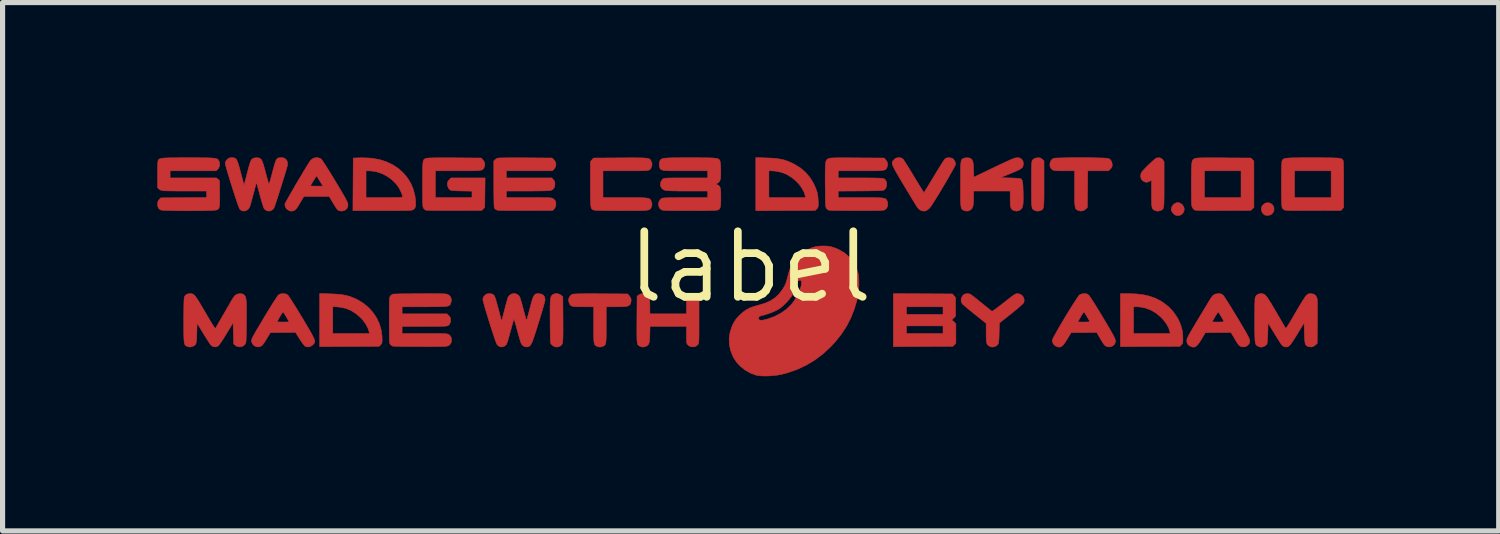
<source format=kicad_pcb>
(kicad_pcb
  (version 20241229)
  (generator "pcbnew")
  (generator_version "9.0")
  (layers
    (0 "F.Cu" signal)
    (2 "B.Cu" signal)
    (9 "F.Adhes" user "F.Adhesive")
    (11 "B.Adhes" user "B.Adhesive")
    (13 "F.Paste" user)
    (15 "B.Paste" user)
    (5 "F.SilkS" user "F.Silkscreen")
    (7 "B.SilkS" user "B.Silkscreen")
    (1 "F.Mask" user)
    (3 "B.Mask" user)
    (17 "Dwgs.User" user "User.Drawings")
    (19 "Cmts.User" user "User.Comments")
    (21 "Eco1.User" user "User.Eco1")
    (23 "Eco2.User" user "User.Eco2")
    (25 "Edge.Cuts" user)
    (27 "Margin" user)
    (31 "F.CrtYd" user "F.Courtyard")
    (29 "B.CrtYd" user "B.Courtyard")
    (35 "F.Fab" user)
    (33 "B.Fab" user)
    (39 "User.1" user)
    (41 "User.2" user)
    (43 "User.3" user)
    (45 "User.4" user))
  (footprint "label"
    (layer "F.Cu")
    (at 11.498 2.125)
    (property "Reference" "label" (at 0 0 0) (layer "F.SilkS") (effects (font (size 1.27 1.27) (thickness 0.15))))
    (attr through_hole)
    (fp_poly (pts (xy 8.317 -1.243) (xy 8.36 -1.22) (xy 8.379 -1.202) (xy 8.405 -1.161) (xy 8.413 -1.118) (xy 8.406 -1.077) (xy 8.385 -1.041) (xy 8.355 -1.013) (xy 8.316 -0.997) (xy 8.273 -0.996) (xy 8.234 -1.008) (xy 8.209 -1.028) (xy 8.184 -1.057) (xy 8.166 -1.089) (xy 8.16 -1.113) (xy 8.168 -1.154) (xy 8.191 -1.194) (xy 8.221 -1.225) (xy 8.225 -1.228) (xy 8.271 -1.246) (xy 8.317 -1.243)) (stroke (width 0.01) (type solid)) (fill yes) (layer "F.Cu"))
    (fp_poly (pts (xy 10.064 -1.241) (xy 10.105 -1.221) (xy 10.136 -1.188) (xy 10.153 -1.147) (xy 10.153 -1.101) (xy 10.151 -1.09) (xy 10.136 -1.057) (xy 10.114 -1.029) (xy 10.113 -1.027) (xy 10.078 -1.007) (xy 10.034 -0.998) (xy 9.99 -1.002) (xy 9.967 -1.011) (xy 9.934 -1.041) (xy 9.912 -1.084) (xy 9.906 -1.127) (xy 9.916 -1.168) (xy 9.942 -1.205) (xy 9.978 -1.232) (xy 10.017 -1.245) (xy 10.064 -1.241)) (stroke (width 0.01) (type solid)) (fill yes) (layer "F.Cu"))
    (fp_poly (pts (xy 3.345 0.521) (xy 3.918 0.524) (xy 3.948 0.558) (xy 3.979 0.593) (xy 3.979 0.956) (xy 3.937 0.996) (xy 3.916 1.018) (xy 3.906 1.033) (xy 3.908 1.037) (xy 3.924 1.044) (xy 3.946 1.062) (xy 3.954 1.07) (xy 3.985 1.102) (xy 3.985 1.481) (xy 3.955 1.511) (xy 3.926 1.54) (xy 2.773 1.546) (xy 2.773 1.143) (xy 3.027 1.143) (xy 3.027 1.291) (xy 3.736 1.291) (xy 3.736 1.143) (xy 3.027 1.143) (xy 2.773 1.143) (xy 2.773 0.773) (xy 3.027 0.773) (xy 3.027 0.921) (xy 3.736 0.921) (xy 3.736 0.773) (xy 3.027 0.773) (xy 2.773 0.773) (xy 2.773 0.518) (xy 3.345 0.521)) (stroke (width 0.01) (type solid)) (fill yes) (layer "F.Cu"))
    (fp_poly (pts (xy 7.332 0.519) (xy 7.482 0.524) (xy 7.616 0.54) (xy 7.737 0.567) (xy 7.848 0.606) (xy 7.951 0.658) (xy 7.99 0.682) (xy 8.101 0.766) (xy 8.195 0.862) (xy 8.271 0.971) (xy 8.313 1.049) (xy 8.349 1.14) (xy 8.372 1.224) (xy 8.384 1.313) (xy 8.386 1.373) (xy 8.386 1.422) (xy 8.385 1.455) (xy 8.382 1.476) (xy 8.374 1.492) (xy 8.363 1.505) (xy 8.358 1.51) (xy 8.329 1.54) (xy 7.176 1.546) (xy 7.176 1.291) (xy 7.429 1.291) (xy 8.141 1.291) (xy 8.135 1.257) (xy 8.114 1.191) (xy 8.077 1.119) (xy 8.027 1.048) (xy 7.966 0.979) (xy 7.965 0.979) (xy 7.872 0.9) (xy 7.771 0.839) (xy 7.663 0.798) (xy 7.552 0.776) (xy 7.49 0.773) (xy 7.429 0.773) (xy 7.429 1.291) (xy 7.176 1.291) (xy 7.176 0.519) (xy 7.332 0.519)) (stroke (width 0.01) (type solid)) (fill yes) (layer "F.Cu"))
    (fp_poly (pts (xy -8.147 0.522) (xy -8.04 0.527) (xy -7.949 0.534) (xy -7.871 0.546) (xy -7.8 0.563) (xy -7.732 0.585) (xy -7.663 0.614) (xy -7.613 0.638) (xy -7.502 0.706) (xy -7.402 0.788) (xy -7.317 0.883) (xy -7.246 0.989) (xy -7.192 1.104) (xy -7.157 1.224) (xy -7.14 1.349) (xy -7.14 1.378) (xy -7.139 1.426) (xy -7.141 1.458) (xy -7.145 1.479) (xy -7.153 1.494) (xy -7.165 1.508) (xy -7.168 1.51) (xy -7.197 1.54) (xy -8.35 1.546) (xy -8.35 1.291) (xy -8.096 1.291) (xy -7.385 1.291) (xy -7.392 1.257) (xy -7.413 1.191) (xy -7.449 1.121) (xy -7.498 1.05) (xy -7.555 0.985) (xy -7.556 0.984) (xy -7.649 0.904) (xy -7.745 0.844) (xy -7.847 0.803) (xy -7.957 0.78) (xy -8.002 0.776) (xy -8.096 0.769) (xy -8.096 1.291) (xy -8.35 1.291) (xy -8.35 0.516) (xy -8.147 0.522)) (stroke (width 0.01) (type solid)) (fill yes) (layer "F.Cu"))
    (fp_poly (pts (xy 0.31 -2.113) (xy 0.417 -2.109) (xy 0.509 -2.101) (xy 0.588 -2.089) (xy 0.66 -2.072) (xy 0.729 -2.048) (xy 0.799 -2.018) (xy 0.856 -1.989) (xy 0.971 -1.918) (xy 1.071 -1.832) (xy 1.157 -1.731) (xy 1.227 -1.617) (xy 1.233 -1.603) (xy 1.27 -1.519) (xy 1.296 -1.443) (xy 1.31 -1.367) (xy 1.316 -1.284) (xy 1.317 -1.262) (xy 1.317 -1.213) (xy 1.316 -1.18) (xy 1.312 -1.159) (xy 1.305 -1.144) (xy 1.293 -1.13) (xy 1.288 -1.125) (xy 1.259 -1.095) (xy 0.106 -1.09) (xy 0.106 -1.344) (xy 0.36 -1.344) (xy 1.072 -1.344) (xy 1.065 -1.378) (xy 1.045 -1.441) (xy 1.01 -1.51) (xy 0.964 -1.579) (xy 0.909 -1.643) (xy 0.901 -1.651) (xy 0.807 -1.731) (xy 0.71 -1.792) (xy 0.607 -1.833) (xy 0.497 -1.856) (xy 0.454 -1.86) (xy 0.36 -1.866) (xy 0.36 -1.344) (xy 0.106 -1.344) (xy 0.106 -2.12) (xy 0.31 -2.113)) (stroke (width 0.01) (type solid)) (fill yes) (layer "F.Cu"))
    (fp_poly (pts (xy 5.618 -2.113) (xy 5.647 -2.098) (xy 5.661 -2.086) (xy 5.694 -2.055) (xy 5.694 -1.607) (xy 5.694 -1.493) (xy 5.694 -1.399) (xy 5.693 -1.322) (xy 5.692 -1.26) (xy 5.689 -1.212) (xy 5.686 -1.176) (xy 5.681 -1.149) (xy 5.674 -1.13) (xy 5.666 -1.117) (xy 5.655 -1.108) (xy 5.641 -1.101) (xy 5.625 -1.095) (xy 5.624 -1.094) (xy 5.585 -1.082) (xy 5.552 -1.083) (xy 5.518 -1.095) (xy 5.502 -1.102) (xy 5.489 -1.109) (xy 5.478 -1.118) (xy 5.469 -1.131) (xy 5.463 -1.151) (xy 5.458 -1.178) (xy 5.455 -1.215) (xy 5.452 -1.264) (xy 5.451 -1.326) (xy 5.451 -1.404) (xy 5.45 -1.5) (xy 5.45 -1.595) (xy 5.451 -1.714) (xy 5.451 -1.814) (xy 5.452 -1.895) (xy 5.454 -1.958) (xy 5.456 -2.005) (xy 5.459 -2.037) (xy 5.462 -2.056) (xy 5.463 -2.059) (xy 5.489 -2.09) (xy 5.53 -2.11) (xy 5.581 -2.117) (xy 5.618 -2.113)) (stroke (width 0.01) (type solid)) (fill yes) (layer "F.Cu"))
    (fp_poly (pts (xy -3.702 0.529) (xy -3.67 0.549) (xy -3.635 0.58) (xy -3.632 1.015) (xy -3.632 1.129) (xy -3.631 1.225) (xy -3.632 1.303) (xy -3.633 1.366) (xy -3.635 1.415) (xy -3.639 1.452) (xy -3.644 1.48) (xy -3.651 1.5) (xy -3.66 1.514) (xy -3.672 1.525) (xy -3.686 1.533) (xy -3.697 1.538) (xy -3.735 1.552) (xy -3.769 1.553) (xy -3.805 1.541) (xy -3.835 1.523) (xy -3.858 1.503) (xy -3.863 1.496) (xy -3.867 1.488) (xy -3.871 1.475) (xy -3.874 1.457) (xy -3.876 1.431) (xy -3.878 1.394) (xy -3.879 1.346) (xy -3.88 1.283) (xy -3.881 1.205) (xy -3.882 1.108) (xy -3.882 1.06) (xy -3.883 0.946) (xy -3.883 0.852) (xy -3.883 0.774) (xy -3.881 0.712) (xy -3.879 0.663) (xy -3.876 0.626) (xy -3.871 0.598) (xy -3.864 0.577) (xy -3.856 0.562) (xy -3.846 0.55) (xy -3.835 0.54) (xy -3.795 0.521) (xy -3.748 0.518) (xy -3.702 0.529)) (stroke (width 0.01) (type solid)) (fill yes) (layer "F.Cu"))
    (fp_poly (pts (xy 7.969 -2.104) (xy 7.998 -2.075) (xy 8.022 -2.039) (xy 8.022 -1.599) (xy 8.022 -1.486) (xy 8.022 -1.393) (xy 8.021 -1.317) (xy 8.02 -1.256) (xy 8.018 -1.209) (xy 8.014 -1.174) (xy 8.009 -1.148) (xy 8.002 -1.129) (xy 7.993 -1.117) (xy 7.982 -1.108) (xy 7.968 -1.101) (xy 7.952 -1.094) (xy 7.914 -1.082) (xy 7.881 -1.083) (xy 7.846 -1.095) (xy 7.826 -1.104) (xy 7.811 -1.114) (xy 7.799 -1.128) (xy 7.791 -1.148) (xy 7.785 -1.176) (xy 7.781 -1.216) (xy 7.78 -1.269) (xy 7.779 -1.339) (xy 7.779 -1.419) (xy 7.779 -1.68) (xy 7.739 -1.66) (xy 7.71 -1.648) (xy 7.685 -1.641) (xy 7.681 -1.64) (xy 7.649 -1.648) (xy 7.614 -1.667) (xy 7.587 -1.692) (xy 7.584 -1.696) (xy 7.571 -1.729) (xy 7.568 -1.771) (xy 7.576 -1.813) (xy 7.582 -1.829) (xy 7.597 -1.849) (xy 7.623 -1.879) (xy 7.658 -1.916) (xy 7.698 -1.957) (xy 7.741 -1.998) (xy 7.783 -2.037) (xy 7.821 -2.071) (xy 7.851 -2.096) (xy 7.872 -2.11) (xy 7.875 -2.111) (xy 7.928 -2.117) (xy 7.969 -2.104)) (stroke (width 0.01) (type solid)) (fill yes) (layer "F.Cu"))
    (fp_poly (pts (xy -7.434 -2.113) (xy -7.369 -2.109) (xy -7.33 -2.106) (xy -7.188 -2.08) (xy -7.056 -2.038) (xy -6.934 -1.98) (xy -6.825 -1.908) (xy -6.729 -1.822) (xy -6.647 -1.724) (xy -6.581 -1.616) (xy -6.532 -1.497) (xy -6.501 -1.37) (xy -6.491 -1.284) (xy -6.489 -1.219) (xy -6.493 -1.172) (xy -6.505 -1.139) (xy -6.525 -1.117) (xy -6.547 -1.105) (xy -6.559 -1.101) (xy -6.578 -1.099) (xy -6.605 -1.096) (xy -6.643 -1.094) (xy -6.692 -1.093) (xy -6.755 -1.092) (xy -6.833 -1.091) (xy -6.928 -1.09) (xy -7.042 -1.09) (xy -7.144 -1.09) (xy -7.705 -1.09) (xy -7.704 -1.344) (xy -7.451 -1.344) (xy -7.096 -1.344) (xy -6.999 -1.344) (xy -6.921 -1.345) (xy -6.86 -1.345) (xy -6.814 -1.346) (xy -6.781 -1.348) (xy -6.76 -1.351) (xy -6.747 -1.354) (xy -6.742 -1.357) (xy -6.742 -1.36) (xy -6.745 -1.377) (xy -6.754 -1.407) (xy -6.764 -1.436) (xy -6.81 -1.53) (xy -6.873 -1.615) (xy -6.95 -1.691) (xy -7.04 -1.756) (xy -7.137 -1.807) (xy -7.241 -1.843) (xy -7.347 -1.861) (xy -7.39 -1.862) (xy -7.451 -1.863) (xy -7.451 -1.344) (xy -7.704 -1.344) (xy -7.702 -1.601) (xy -7.699 -2.111) (xy -7.567 -2.115) (xy -7.503 -2.115) (xy -7.434 -2.113)) (stroke (width 0.01) (type solid)) (fill yes) (layer "F.Cu"))
    (fp_poly (pts (xy 6.485 -2.118) (xy 6.577 -2.117) (xy 6.664 -2.116) (xy 6.745 -2.114) (xy 6.815 -2.112) (xy 6.874 -2.109) (xy 6.917 -2.106) (xy 6.943 -2.103) (xy 6.948 -2.102) (xy 6.984 -2.075) (xy 7.008 -2.034) (xy 7.017 -1.981) (xy 7.017 -1.979) (xy 7.013 -1.946) (xy 7 -1.92) (xy 6.981 -1.899) (xy 6.945 -1.863) (xy 6.743 -1.863) (xy 6.542 -1.863) (xy 6.538 -1.508) (xy 6.535 -1.154) (xy 6.502 -1.121) (xy 6.46 -1.092) (xy 6.412 -1.082) (xy 6.362 -1.092) (xy 6.352 -1.097) (xy 6.335 -1.106) (xy 6.321 -1.116) (xy 6.31 -1.129) (xy 6.302 -1.147) (xy 6.296 -1.173) (xy 6.292 -1.208) (xy 6.289 -1.255) (xy 6.287 -1.316) (xy 6.287 -1.393) (xy 6.287 -1.488) (xy 6.287 -1.518) (xy 6.287 -1.863) (xy 6.09 -1.863) (xy 6.014 -1.863) (xy 5.956 -1.865) (xy 5.914 -1.867) (xy 5.885 -1.871) (xy 5.867 -1.877) (xy 5.865 -1.878) (xy 5.832 -1.906) (xy 5.812 -1.944) (xy 5.807 -1.988) (xy 5.815 -2.032) (xy 5.836 -2.072) (xy 5.871 -2.101) (xy 5.875 -2.103) (xy 5.892 -2.107) (xy 5.928 -2.11) (xy 5.98 -2.112) (xy 6.046 -2.114) (xy 6.122 -2.116) (xy 6.207 -2.117) (xy 6.297 -2.118) (xy 6.391 -2.118) (xy 6.485 -2.118)) (stroke (width 0.01) (type solid)) (fill yes) (layer "F.Cu"))
    (fp_poly (pts (xy 9.044 -2.115) (xy 9.163 -2.115) (xy 9.181 -2.114) (xy 9.704 -2.111) (xy 9.734 -2.082) (xy 9.763 -2.053) (xy 9.763 -1.154) (xy 9.734 -1.125) (xy 9.704 -1.095) (xy 9.173 -1.093) (xy 9.046 -1.092) (xy 8.939 -1.092) (xy 8.85 -1.092) (xy 8.778 -1.093) (xy 8.72 -1.094) (xy 8.677 -1.096) (xy 8.646 -1.098) (xy 8.626 -1.1) (xy 8.615 -1.103) (xy 8.615 -1.103) (xy 8.592 -1.122) (xy 8.572 -1.149) (xy 8.57 -1.154) (xy 8.565 -1.165) (xy 8.561 -1.179) (xy 8.558 -1.198) (xy 8.556 -1.224) (xy 8.554 -1.259) (xy 8.553 -1.306) (xy 8.552 -1.366) (xy 8.552 -1.442) (xy 8.551 -1.535) (xy 8.551 -1.601) (xy 8.551 -1.713) (xy 8.552 -1.806) (xy 8.553 -1.863) (xy 8.805 -1.863) (xy 8.805 -1.344) (xy 9.514 -1.344) (xy 9.514 -1.863) (xy 8.805 -1.863) (xy 8.553 -1.863) (xy 8.553 -1.882) (xy 8.555 -1.942) (xy 8.558 -1.989) (xy 8.562 -2.025) (xy 8.568 -2.051) (xy 8.576 -2.07) (xy 8.587 -2.082) (xy 8.599 -2.092) (xy 8.615 -2.099) (xy 8.62 -2.102) (xy 8.632 -2.105) (xy 8.648 -2.108) (xy 8.67 -2.111) (xy 8.701 -2.113) (xy 8.742 -2.114) (xy 8.795 -2.115) (xy 8.862 -2.115) (xy 8.944 -2.115) (xy 9.044 -2.115)) (stroke (width 0.01) (type solid)) (fill yes) (layer "F.Cu"))
    (fp_poly (pts (xy -2.914 0.521) (xy -2.891 0.521) (xy -2.38 0.524) (xy -2.349 0.558) (xy -2.32 0.6) (xy -2.31 0.642) (xy -2.317 0.689) (xy -2.317 0.689) (xy -2.326 0.716) (xy -2.339 0.736) (xy -2.357 0.751) (xy -2.384 0.761) (xy -2.423 0.767) (xy -2.475 0.771) (xy -2.544 0.772) (xy -2.596 0.773) (xy -2.794 0.773) (xy -2.794 1.125) (xy -2.794 1.225) (xy -2.794 1.307) (xy -2.795 1.372) (xy -2.798 1.422) (xy -2.801 1.46) (xy -2.807 1.487) (xy -2.814 1.506) (xy -2.824 1.519) (xy -2.837 1.529) (xy -2.853 1.536) (xy -2.864 1.541) (xy -2.902 1.553) (xy -2.936 1.552) (xy -2.97 1.541) (xy -2.987 1.533) (xy -3.002 1.524) (xy -3.013 1.513) (xy -3.021 1.498) (xy -3.028 1.475) (xy -3.032 1.443) (xy -3.035 1.4) (xy -3.037 1.343) (xy -3.037 1.271) (xy -3.037 1.181) (xy -3.037 1.125) (xy -3.037 0.773) (xy -3.241 0.773) (xy -3.318 0.772) (xy -3.376 0.771) (xy -3.42 0.768) (xy -3.45 0.763) (xy -3.472 0.754) (xy -3.488 0.742) (xy -3.5 0.725) (xy -3.508 0.709) (xy -3.523 0.662) (xy -3.52 0.615) (xy -3.502 0.574) (xy -3.471 0.542) (xy -3.443 0.529) (xy -3.423 0.526) (xy -3.385 0.524) (xy -3.329 0.522) (xy -3.255 0.521) (xy -3.162 0.52) (xy -3.048 0.52) (xy -2.914 0.521)) (stroke (width 0.01) (type solid)) (fill yes) (layer "F.Cu"))
    (fp_poly (pts (xy 11.024 -2.117) (xy 11.129 -2.116) (xy 11.215 -2.116) (xy 11.286 -2.114) (xy 11.343 -2.112) (xy 11.387 -2.11) (xy 11.421 -2.106) (xy 11.446 -2.101) (xy 11.464 -2.095) (xy 11.476 -2.087) (xy 11.485 -2.078) (xy 11.492 -2.067) (xy 11.493 -2.065) (xy 11.496 -2.048) (xy 11.499 -2.011) (xy 11.501 -1.953) (xy 11.502 -1.875) (xy 11.504 -1.775) (xy 11.504 -1.655) (xy 11.504 -1.599) (xy 11.504 -1.155) (xy 11.479 -1.125) (xy 11.453 -1.095) (xy 10.92 -1.093) (xy 10.795 -1.093) (xy 10.689 -1.092) (xy 10.601 -1.093) (xy 10.529 -1.093) (xy 10.472 -1.094) (xy 10.428 -1.096) (xy 10.396 -1.098) (xy 10.373 -1.1) (xy 10.359 -1.103) (xy 10.356 -1.105) (xy 10.329 -1.123) (xy 10.311 -1.147) (xy 10.307 -1.165) (xy 10.304 -1.201) (xy 10.302 -1.253) (xy 10.3 -1.318) (xy 10.298 -1.392) (xy 10.297 -1.473) (xy 10.297 -1.559) (xy 10.297 -1.646) (xy 10.297 -1.731) (xy 10.298 -1.813) (xy 10.299 -1.863) (xy 10.552 -1.863) (xy 10.552 -1.344) (xy 11.261 -1.344) (xy 11.261 -1.863) (xy 10.552 -1.863) (xy 10.299 -1.863) (xy 10.299 -1.887) (xy 10.301 -1.952) (xy 10.304 -2.003) (xy 10.306 -2.04) (xy 10.31 -2.057) (xy 10.31 -2.057) (xy 10.316 -2.07) (xy 10.323 -2.081) (xy 10.334 -2.09) (xy 10.349 -2.098) (xy 10.37 -2.104) (xy 10.4 -2.108) (xy 10.439 -2.111) (xy 10.49 -2.114) (xy 10.554 -2.115) (xy 10.634 -2.116) (xy 10.73 -2.117) (xy 10.845 -2.117) (xy 10.9 -2.117) (xy 11.024 -2.117)) (stroke (width 0.01) (type solid)) (fill yes) (layer "F.Cu"))
    (fp_poly (pts (xy -2.034 0.523) (xy -1.997 0.541) (xy -1.995 0.542) (xy -1.977 0.562) (xy -1.964 0.59) (xy -1.955 0.627) (xy -1.95 0.678) (xy -1.948 0.746) (xy -1.948 0.781) (xy -1.947 0.91) (xy -1.238 0.91) (xy -1.238 0.58) (xy -1.205 0.549) (xy -1.182 0.531) (xy -1.158 0.521) (xy -1.123 0.519) (xy -1.115 0.519) (xy -1.078 0.52) (xy -1.053 0.527) (xy -1.032 0.543) (xy -1.026 0.55) (xy -0.995 0.58) (xy -0.995 1.03) (xy -0.995 1.139) (xy -0.995 1.229) (xy -0.995 1.302) (xy -0.996 1.36) (xy -0.997 1.404) (xy -0.999 1.438) (xy -1.001 1.462) (xy -1.004 1.479) (xy -1.007 1.491) (xy -1.011 1.499) (xy -1.017 1.506) (xy -1.052 1.536) (xy -1.096 1.55) (xy -1.143 1.549) (xy -1.186 1.533) (xy -1.217 1.506) (xy -1.225 1.494) (xy -1.231 1.479) (xy -1.235 1.458) (xy -1.237 1.426) (xy -1.238 1.381) (xy -1.238 1.319) (xy -1.238 1.154) (xy -1.945 1.154) (xy -1.949 1.31) (xy -1.951 1.382) (xy -1.956 1.435) (xy -1.963 1.474) (xy -1.974 1.501) (xy -1.991 1.52) (xy -2.014 1.535) (xy -2.027 1.541) (xy -2.066 1.553) (xy -2.099 1.553) (xy -2.134 1.54) (xy -2.15 1.533) (xy -2.163 1.526) (xy -2.174 1.517) (xy -2.183 1.504) (xy -2.189 1.485) (xy -2.194 1.458) (xy -2.197 1.422) (xy -2.199 1.374) (xy -2.2 1.312) (xy -2.2 1.235) (xy -2.2 1.141) (xy -2.199 1.028) (xy -2.199 1.022) (xy -2.196 0.569) (xy -2.164 0.544) (xy -2.126 0.524) (xy -2.079 0.517) (xy -2.034 0.523)) (stroke (width 0.01) (type solid)) (fill yes) (layer "F.Cu"))
    (fp_poly (pts (xy 5.229 0.528) (xy 5.268 0.553) (xy 5.296 0.589) (xy 5.309 0.632) (xy 5.306 0.678) (xy 5.302 0.69) (xy 5.29 0.707) (xy 5.265 0.732) (xy 5.225 0.768) (xy 5.171 0.814) (xy 5.1 0.872) (xy 5.058 0.906) (xy 4.828 1.088) (xy 4.824 1.278) (xy 4.822 1.354) (xy 4.819 1.413) (xy 4.814 1.456) (xy 4.806 1.488) (xy 4.794 1.509) (xy 4.777 1.525) (xy 4.754 1.537) (xy 4.746 1.541) (xy 4.708 1.553) (xy 4.676 1.553) (xy 4.639 1.539) (xy 4.638 1.538) (xy 4.616 1.526) (xy 4.599 1.51) (xy 4.588 1.49) (xy 4.58 1.46) (xy 4.575 1.419) (xy 4.573 1.363) (xy 4.572 1.29) (xy 4.572 1.278) (xy 4.572 1.094) (xy 4.35 0.917) (xy 4.29 0.868) (xy 4.234 0.823) (xy 4.185 0.782) (xy 4.146 0.749) (xy 4.119 0.725) (xy 4.106 0.712) (xy 4.089 0.674) (xy 4.087 0.63) (xy 4.1 0.586) (xy 4.125 0.548) (xy 4.14 0.535) (xy 4.172 0.523) (xy 4.212 0.519) (xy 4.251 0.524) (xy 4.267 0.53) (xy 4.281 0.54) (xy 4.309 0.561) (xy 4.348 0.591) (xy 4.396 0.629) (xy 4.449 0.672) (xy 4.48 0.697) (xy 4.535 0.742) (xy 4.585 0.782) (xy 4.628 0.816) (xy 4.66 0.842) (xy 4.68 0.857) (xy 4.684 0.86) (xy 4.696 0.856) (xy 4.721 0.84) (xy 4.759 0.813) (xy 4.806 0.778) (xy 4.861 0.736) (xy 4.916 0.693) (xy 4.983 0.64) (xy 5.035 0.6) (xy 5.076 0.569) (xy 5.106 0.547) (xy 5.129 0.533) (xy 5.147 0.524) (xy 5.162 0.52) (xy 5.176 0.519) (xy 5.182 0.519) (xy 5.229 0.528)) (stroke (width 0.01) (type solid)) (fill yes) (layer "F.Cu"))
    (fp_poly (pts (xy -5.868 -2.115) (xy -5.73 -2.115) (xy -5.727 -2.115) (xy -5.216 -2.111) (xy -5.186 -2.077) (xy -5.156 -2.031) (xy -5.147 -1.983) (xy -5.159 -1.934) (xy -5.16 -1.932) (xy -5.168 -1.916) (xy -5.176 -1.902) (xy -5.187 -1.891) (xy -5.202 -1.882) (xy -5.222 -1.876) (xy -5.252 -1.871) (xy -5.291 -1.867) (xy -5.342 -1.865) (xy -5.407 -1.863) (xy -5.487 -1.863) (xy -5.586 -1.863) (xy -5.672 -1.863) (xy -6.107 -1.863) (xy -6.107 -1.344) (xy -5.397 -1.344) (xy -5.397 -1.469) (xy -5.596 -1.473) (xy -5.681 -1.475) (xy -5.746 -1.479) (xy -5.79 -1.483) (xy -5.815 -1.489) (xy -5.818 -1.49) (xy -5.847 -1.518) (xy -5.867 -1.56) (xy -5.874 -1.609) (xy -5.87 -1.641) (xy -5.857 -1.667) (xy -5.838 -1.689) (xy -5.802 -1.725) (xy -5.143 -1.725) (xy -5.146 -1.44) (xy -5.149 -1.154) (xy -5.178 -1.125) (xy -5.207 -1.095) (xy -5.739 -1.093) (xy -5.845 -1.093) (xy -5.945 -1.093) (xy -6.036 -1.094) (xy -6.117 -1.094) (xy -6.185 -1.096) (xy -6.238 -1.097) (xy -6.275 -1.099) (xy -6.293 -1.1) (xy -6.294 -1.101) (xy -6.316 -1.116) (xy -6.336 -1.139) (xy -6.341 -1.148) (xy -6.345 -1.159) (xy -6.348 -1.174) (xy -6.35 -1.197) (xy -6.352 -1.227) (xy -6.354 -1.269) (xy -6.354 -1.323) (xy -6.355 -1.392) (xy -6.355 -1.477) (xy -6.355 -1.581) (xy -6.355 -1.603) (xy -6.355 -1.717) (xy -6.355 -1.811) (xy -6.354 -1.887) (xy -6.353 -1.948) (xy -6.35 -1.996) (xy -6.346 -2.031) (xy -6.34 -2.057) (xy -6.332 -2.076) (xy -6.322 -2.088) (xy -6.31 -2.096) (xy -6.295 -2.102) (xy -6.279 -2.106) (xy -6.258 -2.109) (xy -6.219 -2.112) (xy -6.161 -2.114) (xy -6.083 -2.115) (xy -5.986 -2.115) (xy -5.868 -2.115)) (stroke (width 0.01) (type solid)) (fill yes) (layer "F.Cu"))
    (fp_poly (pts (xy -2.208 -2.115) (xy -2.137 -2.114) (xy -2.08 -2.113) (xy -2.035 -2.11) (xy -2.001 -2.106) (xy -1.976 -2.101) (xy -1.957 -2.093) (xy -1.944 -2.084) (xy -1.935 -2.073) (xy -1.928 -2.06) (xy -1.922 -2.048) (xy -1.907 -2.006) (xy -1.908 -1.967) (xy -1.92 -1.933) (xy -1.927 -1.916) (xy -1.934 -1.902) (xy -1.943 -1.891) (xy -1.956 -1.882) (xy -1.975 -1.875) (xy -2.002 -1.87) (xy -2.038 -1.867) (xy -2.087 -1.865) (xy -2.148 -1.863) (xy -2.226 -1.863) (xy -2.321 -1.863) (xy -2.857 -1.863) (xy -2.857 -1.344) (xy -2.434 -1.344) (xy -2.321 -1.344) (xy -2.227 -1.344) (xy -2.15 -1.343) (xy -2.089 -1.341) (xy -2.041 -1.338) (xy -2.004 -1.334) (xy -1.977 -1.329) (xy -1.958 -1.321) (xy -1.944 -1.312) (xy -1.935 -1.3) (xy -1.926 -1.285) (xy -1.923 -1.278) (xy -1.908 -1.235) (xy -1.908 -1.197) (xy -1.92 -1.159) (xy -1.927 -1.144) (xy -1.934 -1.131) (xy -1.943 -1.121) (xy -1.956 -1.112) (xy -1.975 -1.105) (xy -2.001 -1.1) (xy -2.037 -1.096) (xy -2.084 -1.093) (xy -2.144 -1.092) (xy -2.218 -1.091) (xy -2.309 -1.09) (xy -2.418 -1.09) (xy -2.505 -1.09) (xy -2.629 -1.091) (xy -2.732 -1.091) (xy -2.818 -1.092) (xy -2.888 -1.093) (xy -2.942 -1.095) (xy -2.984 -1.097) (xy -3.013 -1.099) (xy -3.033 -1.102) (xy -3.043 -1.105) (xy -3.057 -1.111) (xy -3.068 -1.119) (xy -3.077 -1.13) (xy -3.085 -1.145) (xy -3.09 -1.168) (xy -3.094 -1.199) (xy -3.097 -1.242) (xy -3.099 -1.297) (xy -3.1 -1.366) (xy -3.101 -1.452) (xy -3.101 -1.556) (xy -3.101 -1.609) (xy -3.101 -2.042) (xy -3.07 -2.077) (xy -3.039 -2.111) (xy -2.525 -2.114) (xy -2.4 -2.115) (xy -2.296 -2.115) (xy -2.208 -2.115)) (stroke (width 0.01) (type solid)) (fill yes) (layer "F.Cu"))
    (fp_poly (pts (xy -4.446 -2.115) (xy -4.348 -2.115) (xy -3.843 -2.111) (xy -3.811 -2.08) (xy -3.78 -2.038) (xy -3.769 -1.991) (xy -3.777 -1.943) (xy -3.804 -1.899) (xy -3.81 -1.893) (xy -3.84 -1.863) (xy -4.285 -1.863) (xy -4.731 -1.863) (xy -4.731 -1.725) (xy -3.85 -1.725) (xy -3.82 -1.692) (xy -3.801 -1.668) (xy -3.791 -1.643) (xy -3.789 -1.608) (xy -3.789 -1.603) (xy -3.796 -1.55) (xy -3.818 -1.513) (xy -3.856 -1.488) (xy -3.879 -1.481) (xy -3.899 -1.479) (xy -3.937 -1.477) (xy -3.992 -1.475) (xy -4.06 -1.474) (xy -4.138 -1.473) (xy -4.224 -1.472) (xy -4.316 -1.471) (xy -4.326 -1.471) (xy -4.731 -1.471) (xy -4.731 -1.344) (xy -4.294 -1.344) (xy -4.186 -1.344) (xy -4.098 -1.344) (xy -4.026 -1.343) (xy -3.969 -1.343) (xy -3.926 -1.341) (xy -3.893 -1.34) (xy -3.869 -1.338) (xy -3.851 -1.335) (xy -3.839 -1.331) (xy -3.829 -1.326) (xy -3.823 -1.323) (xy -3.797 -1.301) (xy -3.778 -1.275) (xy -3.777 -1.273) (xy -3.769 -1.228) (xy -3.774 -1.181) (xy -3.791 -1.14) (xy -3.804 -1.123) (xy -3.832 -1.095) (xy -4.363 -1.093) (xy -4.485 -1.093) (xy -4.588 -1.092) (xy -4.673 -1.092) (xy -4.743 -1.093) (xy -4.798 -1.094) (xy -4.84 -1.095) (xy -4.872 -1.097) (xy -4.895 -1.099) (xy -4.911 -1.102) (xy -4.921 -1.105) (xy -4.924 -1.106) (xy -4.948 -1.124) (xy -4.963 -1.143) (xy -4.966 -1.159) (xy -4.969 -1.195) (xy -4.971 -1.252) (xy -4.972 -1.326) (xy -4.973 -1.419) (xy -4.974 -1.529) (xy -4.974 -1.608) (xy -4.974 -2.054) (xy -4.949 -2.079) (xy -4.92 -2.1) (xy -4.888 -2.111) (xy -4.87 -2.112) (xy -4.834 -2.113) (xy -4.781 -2.114) (xy -4.713 -2.115) (xy -4.633 -2.115) (xy -4.544 -2.115) (xy -4.446 -2.115)) (stroke (width 0.01) (type solid)) (fill yes) (layer "F.Cu"))
    (fp_poly (pts (xy 3.887 -2.113) (xy 3.918 -2.104) (xy 3.924 -2.1) (xy 3.954 -2.068) (xy 3.974 -2.026) (xy 3.979 -1.991) (xy 3.974 -1.976) (xy 3.959 -1.945) (xy 3.935 -1.9) (xy 3.904 -1.844) (xy 3.868 -1.78) (xy 3.827 -1.708) (xy 3.783 -1.633) (xy 3.737 -1.556) (xy 3.692 -1.479) (xy 3.647 -1.404) (xy 3.604 -1.335) (xy 3.565 -1.273) (xy 3.531 -1.22) (xy 3.504 -1.179) (xy 3.484 -1.152) (xy 3.478 -1.145) (xy 3.433 -1.105) (xy 3.39 -1.084) (xy 3.347 -1.083) (xy 3.304 -1.097) (xy 3.273 -1.118) (xy 3.245 -1.146) (xy 3.244 -1.147) (xy 3.233 -1.163) (xy 3.213 -1.195) (xy 3.185 -1.241) (xy 3.149 -1.299) (xy 3.108 -1.367) (xy 3.062 -1.443) (xy 3.013 -1.524) (xy 2.985 -1.57) (xy 2.925 -1.671) (xy 2.875 -1.756) (xy 2.834 -1.826) (xy 2.802 -1.883) (xy 2.779 -1.929) (xy 2.762 -1.965) (xy 2.753 -1.993) (xy 2.75 -2.016) (xy 2.753 -2.034) (xy 2.76 -2.05) (xy 2.772 -2.064) (xy 2.787 -2.08) (xy 2.788 -2.081) (xy 2.813 -2.103) (xy 2.836 -2.113) (xy 2.868 -2.117) (xy 2.878 -2.117) (xy 2.915 -2.115) (xy 2.939 -2.106) (xy 2.961 -2.089) (xy 2.962 -2.088) (xy 2.974 -2.072) (xy 2.995 -2.04) (xy 3.024 -1.995) (xy 3.06 -1.938) (xy 3.1 -1.873) (xy 3.143 -1.802) (xy 3.175 -1.749) (xy 3.219 -1.676) (xy 3.259 -1.61) (xy 3.295 -1.551) (xy 3.325 -1.503) (xy 3.347 -1.467) (xy 3.361 -1.445) (xy 3.365 -1.44) (xy 3.372 -1.449) (xy 3.388 -1.474) (xy 3.412 -1.513) (xy 3.444 -1.563) (xy 3.48 -1.624) (xy 3.522 -1.692) (xy 3.556 -1.749) (xy 3.601 -1.824) (xy 3.644 -1.894) (xy 3.683 -1.956) (xy 3.716 -2.01) (xy 3.743 -2.051) (xy 3.762 -2.078) (xy 3.769 -2.088) (xy 3.792 -2.106) (xy 3.818 -2.115) (xy 3.849 -2.117) (xy 3.887 -2.113)) (stroke (width 0.01) (type solid)) (fill yes) (layer "F.Cu"))
    (fp_poly (pts (xy -8.344 -2.105) (xy -8.319 -2.089) (xy -8.307 -2.074) (xy -8.285 -2.043) (xy -8.254 -1.997) (xy -8.217 -1.939) (xy -8.173 -1.869) (xy -8.125 -1.791) (xy -8.073 -1.706) (xy -8.047 -1.663) (xy -7.988 -1.564) (xy -7.939 -1.482) (xy -7.899 -1.414) (xy -7.867 -1.359) (xy -7.843 -1.315) (xy -7.826 -1.281) (xy -7.814 -1.254) (xy -7.806 -1.234) (xy -7.803 -1.219) (xy -7.802 -1.216) (xy -7.805 -1.166) (xy -7.824 -1.128) (xy -7.862 -1.099) (xy -7.871 -1.095) (xy -7.914 -1.083) (xy -7.959 -1.086) (xy -7.996 -1.102) (xy -8.001 -1.106) (xy -8.014 -1.121) (xy -8.034 -1.151) (xy -8.06 -1.19) (xy -8.088 -1.236) (xy -8.092 -1.244) (xy -8.165 -1.365) (xy -8.411 -1.365) (xy -8.656 -1.365) (xy -8.733 -1.237) (xy -8.766 -1.182) (xy -8.792 -1.143) (xy -8.813 -1.117) (xy -8.831 -1.102) (xy -8.844 -1.094) (xy -8.882 -1.082) (xy -8.914 -1.083) (xy -8.951 -1.097) (xy -8.953 -1.098) (xy -8.992 -1.127) (xy -9.016 -1.165) (xy -9.025 -1.207) (xy -9.023 -1.221) (xy -9.017 -1.235) (xy -9.001 -1.265) (xy -8.977 -1.309) (xy -8.946 -1.364) (xy -8.909 -1.428) (xy -8.868 -1.499) (xy -8.827 -1.571) (xy -8.53 -1.571) (xy -8.52 -1.569) (xy -8.493 -1.568) (xy -8.454 -1.567) (xy -8.409 -1.566) (xy -8.287 -1.566) (xy -8.346 -1.664) (xy -8.371 -1.704) (xy -8.391 -1.737) (xy -8.404 -1.759) (xy -8.408 -1.765) (xy -8.414 -1.758) (xy -8.429 -1.737) (xy -8.448 -1.707) (xy -8.47 -1.672) (xy -8.492 -1.636) (xy -8.512 -1.605) (xy -8.525 -1.581) (xy -8.53 -1.571) (xy -8.827 -1.571) (xy -8.825 -1.574) (xy -8.78 -1.651) (xy -8.734 -1.727) (xy -8.69 -1.802) (xy -8.649 -1.871) (xy -8.611 -1.934) (xy -8.578 -1.987) (xy -8.552 -2.028) (xy -8.534 -2.055) (xy -8.528 -2.064) (xy -8.489 -2.097) (xy -8.442 -2.115) (xy -8.391 -2.118) (xy -8.344 -2.105)) (stroke (width 0.01) (type solid)) (fill yes) (layer "F.Cu"))
    (fp_poly (pts (xy -10.772 -2.117) (xy -10.669 -2.116) (xy -10.583 -2.116) (xy -10.512 -2.114) (xy -10.456 -2.112) (xy -10.412 -2.109) (xy -10.379 -2.105) (xy -10.354 -2.1) (xy -10.336 -2.092) (xy -10.323 -2.084) (xy -10.314 -2.073) (xy -10.306 -2.06) (xy -10.302 -2.052) (xy -10.288 -2.005) (xy -10.292 -1.956) (xy -10.311 -1.912) (xy -10.328 -1.892) (xy -10.361 -1.863) (xy -11.25 -1.863) (xy -11.25 -1.725) (xy -10.352 -1.725) (xy -10.322 -1.7) (xy -10.292 -1.674) (xy -10.289 -1.428) (xy -10.288 -1.34) (xy -10.288 -1.271) (xy -10.29 -1.218) (xy -10.294 -1.179) (xy -10.3 -1.151) (xy -10.309 -1.131) (xy -10.322 -1.118) (xy -10.338 -1.108) (xy -10.347 -1.105) (xy -10.366 -1.101) (xy -10.404 -1.098) (xy -10.458 -1.095) (xy -10.525 -1.093) (xy -10.603 -1.091) (xy -10.689 -1.09) (xy -10.78 -1.089) (xy -10.875 -1.089) (xy -10.97 -1.089) (xy -11.063 -1.09) (xy -11.151 -1.091) (xy -11.232 -1.093) (xy -11.303 -1.095) (xy -11.362 -1.097) (xy -11.405 -1.1) (xy -11.431 -1.104) (xy -11.436 -1.105) (xy -11.468 -1.13) (xy -11.488 -1.17) (xy -11.493 -1.223) (xy -11.489 -1.261) (xy -11.474 -1.291) (xy -11.463 -1.304) (xy -11.432 -1.339) (xy -10.986 -1.342) (xy -10.541 -1.345) (xy -10.541 -1.408) (xy -10.541 -1.471) (xy -10.942 -1.471) (xy -11.034 -1.471) (xy -11.121 -1.472) (xy -11.201 -1.473) (xy -11.271 -1.474) (xy -11.327 -1.475) (xy -11.368 -1.476) (xy -11.391 -1.478) (xy -11.391 -1.478) (xy -11.44 -1.492) (xy -11.467 -1.511) (xy -11.493 -1.537) (xy -11.493 -1.791) (xy -11.493 -1.881) (xy -11.492 -1.955) (xy -11.489 -2.011) (xy -11.486 -2.048) (xy -11.482 -2.065) (xy -11.475 -2.077) (xy -11.467 -2.086) (xy -11.455 -2.094) (xy -11.438 -2.1) (xy -11.414 -2.105) (xy -11.381 -2.109) (xy -11.337 -2.112) (xy -11.282 -2.114) (xy -11.212 -2.116) (xy -11.127 -2.116) (xy -11.024 -2.117) (xy -10.902 -2.117) (xy -10.896 -2.117) (xy -10.772 -2.117)) (stroke (width 0.01) (type solid)) (fill yes) (layer "F.Cu"))
    (fp_poly (pts (xy -9.01 0.524) (xy -8.974 0.54) (xy -8.96 0.555) (xy -8.937 0.588) (xy -8.904 0.638) (xy -8.862 0.704) (xy -8.811 0.785) (xy -8.753 0.88) (xy -8.698 0.97) (xy -8.636 1.075) (xy -8.583 1.163) (xy -8.54 1.237) (xy -8.506 1.297) (xy -8.481 1.345) (xy -8.462 1.384) (xy -8.451 1.415) (xy -8.446 1.439) (xy -8.447 1.458) (xy -8.452 1.474) (xy -8.462 1.488) (xy -8.475 1.503) (xy -8.479 1.507) (xy -8.522 1.539) (xy -8.568 1.552) (xy -8.612 1.547) (xy -8.622 1.544) (xy -8.644 1.526) (xy -8.674 1.49) (xy -8.711 1.439) (xy -8.754 1.372) (xy -8.787 1.319) (xy -8.816 1.27) (xy -9.061 1.272) (xy -9.307 1.275) (xy -9.373 1.386) (xy -9.401 1.431) (xy -9.428 1.472) (xy -9.45 1.504) (xy -9.464 1.521) (xy -9.501 1.544) (xy -9.545 1.552) (xy -9.59 1.543) (xy -9.594 1.541) (xy -9.637 1.513) (xy -9.662 1.473) (xy -9.67 1.44) (xy -9.671 1.429) (xy -9.67 1.418) (xy -9.667 1.404) (xy -9.66 1.386) (xy -9.649 1.362) (xy -9.633 1.331) (xy -9.61 1.291) (xy -9.581 1.239) (xy -9.543 1.176) (xy -9.496 1.097) (xy -9.471 1.056) (xy -9.173 1.056) (xy -9.17 1.062) (xy -9.155 1.066) (xy -9.124 1.068) (xy -9.075 1.069) (xy -9.06 1.069) (xy -9.013 1.068) (xy -8.975 1.067) (xy -8.95 1.066) (xy -8.943 1.064) (xy -8.948 1.053) (xy -8.962 1.029) (xy -8.981 0.996) (xy -9.004 0.957) (xy -9.028 0.919) (xy -9.045 0.891) (xy -9.053 0.88) (xy -9.06 0.877) (xy -9.069 0.884) (xy -9.083 0.903) (xy -9.105 0.938) (xy -9.115 0.954) (xy -9.138 0.993) (xy -9.157 1.027) (xy -9.17 1.049) (xy -9.173 1.056) (xy -9.471 1.056) (xy -9.44 1.003) (xy -9.426 0.979) (xy -9.36 0.87) (xy -9.301 0.775) (xy -9.252 0.695) (xy -9.21 0.631) (xy -9.178 0.583) (xy -9.156 0.552) (xy -9.145 0.54) (xy -9.105 0.523) (xy -9.057 0.518) (xy -9.01 0.524)) (stroke (width 0.01) (type solid)) (fill yes) (layer "F.Cu"))
    (fp_poly (pts (xy 6.511 0.52) (xy 6.536 0.528) (xy 6.558 0.545) (xy 6.566 0.553) (xy 6.579 0.569) (xy 6.601 0.602) (xy 6.631 0.648) (xy 6.668 0.707) (xy 6.711 0.775) (xy 6.758 0.852) (xy 6.808 0.934) (xy 6.84 0.988) (xy 6.9 1.088) (xy 6.95 1.172) (xy 6.99 1.241) (xy 7.022 1.298) (xy 7.046 1.343) (xy 7.063 1.379) (xy 7.074 1.407) (xy 7.079 1.43) (xy 7.08 1.448) (xy 7.077 1.464) (xy 7.07 1.48) (xy 7.065 1.491) (xy 7.037 1.525) (xy 6.998 1.545) (xy 6.953 1.552) (xy 6.91 1.544) (xy 6.873 1.522) (xy 6.866 1.514) (xy 6.85 1.493) (xy 6.828 1.459) (xy 6.801 1.416) (xy 6.778 1.377) (xy 6.715 1.27) (xy 6.467 1.273) (xy 6.219 1.275) (xy 6.144 1.4) (xy 6.104 1.463) (xy 6.07 1.509) (xy 6.039 1.538) (xy 6.009 1.553) (xy 5.978 1.555) (xy 5.942 1.545) (xy 5.93 1.54) (xy 5.892 1.514) (xy 5.866 1.476) (xy 5.855 1.432) (xy 5.856 1.418) (xy 5.863 1.399) (xy 5.879 1.365) (xy 5.905 1.318) (xy 5.937 1.259) (xy 5.975 1.192) (xy 6.018 1.119) (xy 6.051 1.064) (xy 6.35 1.064) (xy 6.36 1.066) (xy 6.387 1.068) (xy 6.426 1.069) (xy 6.468 1.069) (xy 6.521 1.068) (xy 6.556 1.066) (xy 6.575 1.063) (xy 6.58 1.057) (xy 6.58 1.056) (xy 6.573 1.041) (xy 6.557 1.014) (xy 6.535 0.977) (xy 6.522 0.954) (xy 6.497 0.914) (xy 6.481 0.889) (xy 6.47 0.878) (xy 6.463 0.878) (xy 6.456 0.886) (xy 6.453 0.891) (xy 6.43 0.926) (xy 6.407 0.965) (xy 6.384 1.003) (xy 6.366 1.035) (xy 6.353 1.056) (xy 6.35 1.064) (xy 6.051 1.064) (xy 6.064 1.042) (xy 6.111 0.962) (xy 6.159 0.884) (xy 6.206 0.808) (xy 6.25 0.737) (xy 6.291 0.674) (xy 6.326 0.62) (xy 6.355 0.577) (xy 6.376 0.549) (xy 6.387 0.538) (xy 6.428 0.523) (xy 6.475 0.519) (xy 6.511 0.52)) (stroke (width 0.01) (type solid)) (fill yes) (layer "F.Cu"))
    (fp_poly (pts (xy 9.117 0.521) (xy 9.141 0.529) (xy 9.164 0.548) (xy 9.17 0.553) (xy 9.182 0.569) (xy 9.204 0.602) (xy 9.234 0.648) (xy 9.272 0.707) (xy 9.314 0.775) (xy 9.361 0.852) (xy 9.411 0.934) (xy 9.444 0.988) (xy 9.504 1.088) (xy 9.553 1.172) (xy 9.594 1.241) (xy 9.626 1.298) (xy 9.65 1.343) (xy 9.667 1.379) (xy 9.677 1.407) (xy 9.683 1.43) (xy 9.683 1.448) (xy 9.68 1.464) (xy 9.674 1.48) (xy 9.668 1.491) (xy 9.64 1.525) (xy 9.601 1.545) (xy 9.557 1.552) (xy 9.513 1.544) (xy 9.476 1.522) (xy 9.469 1.514) (xy 9.454 1.493) (xy 9.431 1.459) (xy 9.405 1.416) (xy 9.382 1.377) (xy 9.319 1.27) (xy 9.07 1.273) (xy 8.822 1.275) (xy 8.748 1.4) (xy 8.708 1.463) (xy 8.673 1.509) (xy 8.642 1.539) (xy 8.612 1.553) (xy 8.581 1.555) (xy 8.546 1.545) (xy 8.535 1.541) (xy 8.493 1.515) (xy 8.469 1.48) (xy 8.462 1.433) (xy 8.462 1.43) (xy 8.463 1.417) (xy 8.466 1.402) (xy 8.472 1.384) (xy 8.483 1.36) (xy 8.498 1.33) (xy 8.52 1.29) (xy 8.548 1.24) (xy 8.585 1.178) (xy 8.631 1.101) (xy 8.653 1.064) (xy 8.954 1.064) (xy 8.963 1.066) (xy 8.99 1.068) (xy 9.03 1.069) (xy 9.071 1.069) (xy 9.125 1.068) (xy 9.159 1.066) (xy 9.178 1.063) (xy 9.184 1.057) (xy 9.183 1.056) (xy 9.176 1.041) (xy 9.16 1.014) (xy 9.139 0.977) (xy 9.125 0.954) (xy 9.101 0.914) (xy 9.084 0.889) (xy 9.074 0.878) (xy 9.066 0.878) (xy 9.059 0.886) (xy 9.056 0.891) (xy 9.034 0.926) (xy 9.01 0.965) (xy 8.988 1.003) (xy 8.969 1.035) (xy 8.957 1.056) (xy 8.954 1.064) (xy 8.653 1.064) (xy 8.686 1.008) (xy 8.688 1.005) (xy 8.737 0.923) (xy 8.785 0.845) (xy 8.828 0.773) (xy 8.866 0.71) (xy 8.898 0.657) (xy 8.922 0.618) (xy 8.937 0.594) (xy 8.941 0.589) (xy 8.975 0.55) (xy 9.016 0.527) (xy 9.069 0.519) (xy 9.081 0.519) (xy 9.117 0.521)) (stroke (width 0.01) (type solid)) (fill yes) (layer "F.Cu"))
    (fp_poly (pts (xy 5.21 -2.115) (xy 5.234 -2.107) (xy 5.255 -2.091) (xy 5.261 -2.086) (xy 5.28 -2.063) (xy 5.289 -2.039) (xy 5.292 -2.004) (xy 5.292 -2) (xy 5.29 -1.972) (xy 5.284 -1.949) (xy 5.272 -1.928) (xy 5.25 -1.908) (xy 5.217 -1.888) (xy 5.171 -1.865) (xy 5.109 -1.838) (xy 5.039 -1.809) (xy 4.845 -1.73) (xy 5.034 -1.725) (xy 5.096 -1.723) (xy 5.152 -1.72) (xy 5.197 -1.717) (xy 5.228 -1.714) (xy 5.24 -1.711) (xy 5.255 -1.701) (xy 5.267 -1.684) (xy 5.275 -1.658) (xy 5.281 -1.62) (xy 5.286 -1.568) (xy 5.288 -1.499) (xy 5.29 -1.457) (xy 5.291 -1.367) (xy 5.291 -1.296) (xy 5.289 -1.24) (xy 5.284 -1.198) (xy 5.277 -1.167) (xy 5.267 -1.143) (xy 5.254 -1.125) (xy 5.25 -1.121) (xy 5.209 -1.091) (xy 5.165 -1.082) (xy 5.121 -1.089) (xy 5.092 -1.101) (xy 5.07 -1.116) (xy 5.055 -1.14) (xy 5.045 -1.174) (xy 5.04 -1.222) (xy 5.038 -1.286) (xy 5.038 -1.32) (xy 5.038 -1.471) (xy 4.329 -1.471) (xy 4.328 -1.336) (xy 4.327 -1.264) (xy 4.322 -1.209) (xy 4.314 -1.169) (xy 4.301 -1.139) (xy 4.283 -1.117) (xy 4.266 -1.104) (xy 4.223 -1.084) (xy 4.18 -1.083) (xy 4.141 -1.095) (xy 4.126 -1.102) (xy 4.113 -1.11) (xy 4.102 -1.121) (xy 4.094 -1.137) (xy 4.087 -1.159) (xy 4.082 -1.189) (xy 4.079 -1.23) (xy 4.077 -1.284) (xy 4.075 -1.351) (xy 4.075 -1.435) (xy 4.075 -1.537) (xy 4.075 -1.604) (xy 4.075 -1.716) (xy 4.075 -1.81) (xy 4.076 -1.885) (xy 4.077 -1.946) (xy 4.08 -1.993) (xy 4.084 -2.029) (xy 4.089 -2.055) (xy 4.096 -2.073) (xy 4.104 -2.086) (xy 4.115 -2.095) (xy 4.128 -2.102) (xy 4.135 -2.105) (xy 4.171 -2.114) (xy 4.213 -2.116) (xy 4.252 -2.11) (xy 4.273 -2.1) (xy 4.292 -2.085) (xy 4.305 -2.066) (xy 4.315 -2.04) (xy 4.321 -2.004) (xy 4.325 -1.953) (xy 4.328 -1.889) (xy 4.334 -1.74) (xy 4.725 -1.928) (xy 4.824 -1.975) (xy 4.905 -2.013) (xy 4.971 -2.044) (xy 5.024 -2.068) (xy 5.065 -2.086) (xy 5.098 -2.099) (xy 5.123 -2.108) (xy 5.143 -2.113) (xy 5.16 -2.115) (xy 5.173 -2.116) (xy 5.21 -2.115)) (stroke (width 0.01) (type solid)) (fill yes) (layer "F.Cu"))
    (fp_poly (pts (xy 10.92 0.527) (xy 10.958 0.551) (xy 10.982 0.592) (xy 10.991 0.625) (xy 10.992 0.646) (xy 10.993 0.686) (xy 10.994 0.741) (xy 10.995 0.81) (xy 10.995 0.889) (xy 10.995 0.976) (xy 10.994 1.068) (xy 10.994 1.078) (xy 10.991 1.483) (xy 10.956 1.514) (xy 10.915 1.543) (xy 10.873 1.553) (xy 10.826 1.546) (xy 10.801 1.537) (xy 10.782 1.526) (xy 10.768 1.509) (xy 10.758 1.483) (xy 10.751 1.447) (xy 10.747 1.397) (xy 10.744 1.33) (xy 10.742 1.281) (xy 10.737 1.085) (xy 10.606 1.3) (xy 10.558 1.377) (xy 10.52 1.437) (xy 10.489 1.482) (xy 10.462 1.515) (xy 10.44 1.536) (xy 10.419 1.548) (xy 10.399 1.553) (xy 10.377 1.552) (xy 10.373 1.551) (xy 10.34 1.541) (xy 10.313 1.523) (xy 10.301 1.508) (xy 10.279 1.477) (xy 10.251 1.434) (xy 10.218 1.382) (xy 10.181 1.323) (xy 10.164 1.294) (xy 10.038 1.087) (xy 10.033 1.282) (xy 10.03 1.361) (xy 10.026 1.424) (xy 10.022 1.469) (xy 10.016 1.495) (xy 10.015 1.499) (xy 9.993 1.521) (xy 9.96 1.541) (xy 9.923 1.553) (xy 9.904 1.556) (xy 9.878 1.551) (xy 9.847 1.539) (xy 9.844 1.538) (xy 9.828 1.529) (xy 9.815 1.52) (xy 9.805 1.508) (xy 9.797 1.491) (xy 9.791 1.466) (xy 9.786 1.433) (xy 9.783 1.389) (xy 9.781 1.332) (xy 9.78 1.26) (xy 9.779 1.172) (xy 9.779 1.064) (xy 9.779 1.044) (xy 9.779 0.952) (xy 9.78 0.866) (xy 9.78 0.787) (xy 9.781 0.72) (xy 9.783 0.665) (xy 9.784 0.626) (xy 9.785 0.606) (xy 9.786 0.605) (xy 9.804 0.561) (xy 9.837 0.532) (xy 9.882 0.519) (xy 9.895 0.519) (xy 9.919 0.519) (xy 9.94 0.523) (xy 9.96 0.53) (xy 9.979 0.544) (xy 10.001 0.566) (xy 10.025 0.596) (xy 10.053 0.639) (xy 10.088 0.693) (xy 10.129 0.763) (xy 10.18 0.849) (xy 10.194 0.873) (xy 10.237 0.947) (xy 10.276 1.015) (xy 10.311 1.075) (xy 10.341 1.125) (xy 10.363 1.163) (xy 10.376 1.186) (xy 10.38 1.193) (xy 10.387 1.187) (xy 10.404 1.165) (xy 10.429 1.127) (xy 10.461 1.074) (xy 10.5 1.009) (xy 10.544 0.933) (xy 10.562 0.902) (xy 10.606 0.827) (xy 10.648 0.756) (xy 10.687 0.692) (xy 10.721 0.638) (xy 10.748 0.595) (xy 10.768 0.567) (xy 10.775 0.558) (xy 10.801 0.534) (xy 10.823 0.523) (xy 10.852 0.519) (xy 10.869 0.519) (xy 10.92 0.527)) (stroke (width 0.01) (type solid)) (fill yes) (layer "F.Cu"))
    (fp_poly (pts (xy -9.854 0.522) (xy -9.829 0.533) (xy -9.811 0.548) (xy -9.8 0.561) (xy -9.792 0.575) (xy -9.785 0.594) (xy -9.779 0.618) (xy -9.775 0.651) (xy -9.772 0.694) (xy -9.77 0.749) (xy -9.769 0.818) (xy -9.769 0.903) (xy -9.77 1.006) (xy -9.77 1.091) (xy -9.771 1.191) (xy -9.772 1.272) (xy -9.774 1.336) (xy -9.775 1.386) (xy -9.777 1.423) (xy -9.779 1.45) (xy -9.782 1.47) (xy -9.786 1.483) (xy -9.791 1.493) (xy -9.793 1.496) (xy -9.827 1.53) (xy -9.87 1.548) (xy -9.917 1.55) (xy -9.964 1.536) (xy -9.988 1.519) (xy -10.017 1.494) (xy -10.028 1.082) (xy -10.16 1.299) (xy -10.212 1.384) (xy -10.256 1.45) (xy -10.289 1.498) (xy -10.314 1.528) (xy -10.324 1.537) (xy -10.365 1.551) (xy -10.409 1.547) (xy -10.449 1.526) (xy -10.453 1.522) (xy -10.466 1.506) (xy -10.488 1.475) (xy -10.516 1.432) (xy -10.55 1.379) (xy -10.587 1.32) (xy -10.603 1.294) (xy -10.726 1.091) (xy -10.732 1.285) (xy -10.734 1.36) (xy -10.737 1.416) (xy -10.742 1.458) (xy -10.749 1.487) (xy -10.76 1.508) (xy -10.776 1.522) (xy -10.797 1.534) (xy -10.813 1.541) (xy -10.851 1.553) (xy -10.884 1.552) (xy -10.919 1.54) (xy -10.935 1.533) (xy -10.948 1.525) (xy -10.958 1.514) (xy -10.967 1.498) (xy -10.973 1.476) (xy -10.978 1.445) (xy -10.981 1.403) (xy -10.984 1.349) (xy -10.985 1.28) (xy -10.985 1.195) (xy -10.985 1.092) (xy -10.986 1.039) (xy -10.985 0.917) (xy -10.984 0.813) (xy -10.983 0.727) (xy -10.981 0.661) (xy -10.978 0.614) (xy -10.975 0.588) (xy -10.974 0.584) (xy -10.951 0.547) (xy -10.913 0.525) (xy -10.867 0.519) (xy -10.844 0.519) (xy -10.825 0.522) (xy -10.806 0.529) (xy -10.787 0.542) (xy -10.767 0.563) (xy -10.744 0.592) (xy -10.717 0.632) (xy -10.684 0.685) (xy -10.644 0.752) (xy -10.595 0.835) (xy -10.567 0.883) (xy -10.516 0.97) (xy -10.475 1.041) (xy -10.442 1.095) (xy -10.416 1.136) (xy -10.397 1.165) (xy -10.384 1.182) (xy -10.375 1.19) (xy -10.369 1.19) (xy -10.368 1.189) (xy -10.355 1.166) (xy -10.334 1.129) (xy -10.306 1.08) (xy -10.273 1.023) (xy -10.237 0.96) (xy -10.198 0.893) (xy -10.16 0.827) (xy -10.123 0.764) (xy -10.09 0.707) (xy -10.062 0.658) (xy -10.04 0.622) (xy -10.027 0.599) (xy -10.025 0.596) (xy -9.99 0.553) (xy -9.949 0.528) (xy -9.898 0.519) (xy -9.89 0.519) (xy -9.854 0.522)) (stroke (width 0.01) (type solid)) (fill yes) (layer "F.Cu"))
    (fp_poly (pts (xy 1.841 -2.115) (xy 1.939 -2.115) (xy 2.056 -2.114) (xy 2.073 -2.114) (xy 2.595 -2.111) (xy 2.625 -2.077) (xy 2.655 -2.031) (xy 2.663 -1.983) (xy 2.652 -1.934) (xy 2.651 -1.932) (xy 2.643 -1.916) (xy 2.634 -1.902) (xy 2.624 -1.891) (xy 2.609 -1.882) (xy 2.588 -1.876) (xy 2.559 -1.871) (xy 2.52 -1.867) (xy 2.469 -1.865) (xy 2.404 -1.863) (xy 2.323 -1.863) (xy 2.225 -1.863) (xy 2.138 -1.863) (xy 1.704 -1.863) (xy 1.704 -1.725) (xy 2.132 -1.725) (xy 2.251 -1.725) (xy 2.349 -1.724) (xy 2.429 -1.723) (xy 2.491 -1.721) (xy 2.538 -1.719) (xy 2.569 -1.717) (xy 2.586 -1.713) (xy 2.588 -1.712) (xy 2.619 -1.688) (xy 2.638 -1.651) (xy 2.645 -1.608) (xy 2.64 -1.563) (xy 2.624 -1.523) (xy 2.596 -1.493) (xy 2.59 -1.49) (xy 2.578 -1.486) (xy 2.556 -1.483) (xy 2.521 -1.481) (xy 2.473 -1.478) (xy 2.409 -1.477) (xy 2.329 -1.475) (xy 2.23 -1.474) (xy 2.135 -1.473) (xy 1.704 -1.47) (xy 1.704 -1.344) (xy 2.138 -1.344) (xy 2.252 -1.344) (xy 2.346 -1.344) (xy 2.422 -1.343) (xy 2.484 -1.341) (xy 2.532 -1.339) (xy 2.568 -1.335) (xy 2.595 -1.33) (xy 2.614 -1.323) (xy 2.628 -1.314) (xy 2.638 -1.303) (xy 2.646 -1.29) (xy 2.651 -1.281) (xy 2.665 -1.234) (xy 2.663 -1.186) (xy 2.645 -1.143) (xy 2.613 -1.111) (xy 2.604 -1.106) (xy 2.594 -1.102) (xy 2.58 -1.099) (xy 2.558 -1.097) (xy 2.529 -1.095) (xy 2.489 -1.093) (xy 2.437 -1.092) (xy 2.372 -1.091) (xy 2.291 -1.091) (xy 2.192 -1.091) (xy 2.075 -1.091) (xy 2.056 -1.091) (xy 1.953 -1.091) (xy 1.856 -1.092) (xy 1.767 -1.093) (xy 1.688 -1.094) (xy 1.621 -1.095) (xy 1.569 -1.097) (xy 1.534 -1.099) (xy 1.517 -1.101) (xy 1.517 -1.101) (xy 1.494 -1.116) (xy 1.474 -1.139) (xy 1.469 -1.148) (xy 1.465 -1.16) (xy 1.462 -1.176) (xy 1.46 -1.2) (xy 1.458 -1.232) (xy 1.456 -1.276) (xy 1.455 -1.333) (xy 1.454 -1.405) (xy 1.453 -1.495) (xy 1.452 -1.582) (xy 1.451 -1.696) (xy 1.451 -1.791) (xy 1.452 -1.868) (xy 1.453 -1.93) (xy 1.456 -1.978) (xy 1.46 -2.016) (xy 1.465 -2.043) (xy 1.473 -2.063) (xy 1.482 -2.077) (xy 1.494 -2.087) (xy 1.509 -2.096) (xy 1.513 -2.098) (xy 1.523 -2.103) (xy 1.535 -2.106) (xy 1.552 -2.109) (xy 1.574 -2.111) (xy 1.604 -2.113) (xy 1.644 -2.114) (xy 1.696 -2.115) (xy 1.761 -2.115) (xy 1.841 -2.115)) (stroke (width 0.01) (type solid)) (fill yes) (layer "F.Cu"))
    (fp_poly (pts (xy -6.102 0.52) (xy -6.037 0.52) (xy -5.986 0.521) (xy -5.947 0.522) (xy -5.917 0.524) (xy -5.895 0.526) (xy -5.88 0.529) (xy -5.869 0.533) (xy -5.86 0.537) (xy -5.856 0.539) (xy -5.818 0.573) (xy -5.799 0.617) (xy -5.798 0.667) (xy -5.809 0.705) (xy -5.816 0.721) (xy -5.823 0.734) (xy -5.833 0.745) (xy -5.848 0.753) (xy -5.869 0.76) (xy -5.899 0.765) (xy -5.939 0.768) (xy -5.991 0.77) (xy -6.057 0.772) (xy -6.139 0.772) (xy -6.239 0.773) (xy -6.317 0.773) (xy -6.752 0.773) (xy -6.752 0.91) (xy -5.882 0.91) (xy -5.846 0.946) (xy -5.823 0.974) (xy -5.812 1) (xy -5.81 1.026) (xy -5.817 1.078) (xy -5.838 1.117) (xy -5.856 1.135) (xy -5.864 1.139) (xy -5.874 1.143) (xy -5.889 1.146) (xy -5.912 1.148) (xy -5.944 1.15) (xy -5.986 1.151) (xy -6.042 1.152) (xy -6.114 1.153) (xy -6.202 1.153) (xy -6.309 1.153) (xy -6.316 1.153) (xy -6.752 1.154) (xy -6.752 1.291) (xy -6.316 1.291) (xy -6.208 1.291) (xy -6.119 1.291) (xy -6.047 1.292) (xy -5.99 1.293) (xy -5.947 1.294) (xy -5.914 1.296) (xy -5.89 1.298) (xy -5.872 1.301) (xy -5.86 1.305) (xy -5.85 1.309) (xy -5.845 1.312) (xy -5.813 1.342) (xy -5.796 1.383) (xy -5.792 1.427) (xy -5.802 1.47) (xy -5.826 1.507) (xy -5.853 1.527) (xy -5.863 1.531) (xy -5.875 1.534) (xy -5.892 1.537) (xy -5.916 1.54) (xy -5.947 1.541) (xy -5.989 1.543) (xy -6.043 1.544) (xy -6.11 1.544) (xy -6.193 1.545) (xy -6.294 1.545) (xy -6.403 1.544) (xy -6.506 1.544) (xy -6.603 1.544) (xy -6.691 1.543) (xy -6.77 1.542) (xy -6.836 1.54) (xy -6.887 1.539) (xy -6.921 1.537) (xy -6.937 1.535) (xy -6.937 1.535) (xy -6.96 1.521) (xy -6.98 1.503) (xy -6.985 1.497) (xy -6.989 1.488) (xy -6.993 1.477) (xy -6.995 1.459) (xy -6.997 1.434) (xy -6.999 1.4) (xy -7 1.354) (xy -7 1.294) (xy -7.001 1.219) (xy -7.001 1.126) (xy -7.001 1.037) (xy -7.001 0.928) (xy -7.001 0.839) (xy -7 0.767) (xy -7 0.71) (xy -6.999 0.666) (xy -6.997 0.633) (xy -6.995 0.609) (xy -6.992 0.592) (xy -6.988 0.581) (xy -6.984 0.572) (xy -6.979 0.565) (xy -6.956 0.542) (xy -6.932 0.528) (xy -6.931 0.528) (xy -6.916 0.526) (xy -6.881 0.525) (xy -6.83 0.524) (xy -6.764 0.522) (xy -6.686 0.521) (xy -6.597 0.521) (xy -6.501 0.52) (xy -6.398 0.52) (xy -6.398 0.52) (xy -6.281 0.519) (xy -6.183 0.519) (xy -6.102 0.52)) (stroke (width 0.01) (type solid)) (fill yes) (layer "F.Cu"))
    (fp_poly (pts (xy 1.487 -0.404) (xy 1.552 -0.395) (xy 1.615 -0.377) (xy 1.684 -0.35) (xy 1.724 -0.331) (xy 1.825 -0.272) (xy 1.913 -0.196) (xy 1.986 -0.107) (xy 2.044 -0.005) (xy 2.084 0.105) (xy 2.091 0.133) (xy 2.101 0.202) (xy 2.105 0.285) (xy 2.104 0.376) (xy 2.097 0.47) (xy 2.085 0.559) (xy 2.071 0.63) (xy 2.016 0.816) (xy 1.949 0.987) (xy 1.867 1.147) (xy 1.77 1.297) (xy 1.655 1.442) (xy 1.562 1.544) (xy 1.412 1.683) (xy 1.253 1.804) (xy 1.084 1.905) (xy 0.905 1.989) (xy 0.715 2.055) (xy 0.614 2.081) (xy 0.539 2.096) (xy 0.455 2.106) (xy 0.368 2.113) (xy 0.283 2.115) (xy 0.205 2.112) (xy 0.139 2.105) (xy 0.106 2.097) (xy 0.001 2.058) (xy -0.098 2.002) (xy -0.188 1.931) (xy -0.265 1.849) (xy -0.326 1.758) (xy -0.337 1.736) (xy -0.383 1.62) (xy -0.407 1.504) (xy -0.411 1.386) (xy -0.393 1.268) (xy -0.354 1.15) (xy -0.337 1.112) (xy -0.311 1.063) (xy -0.283 1.021) (xy -0.251 0.982) (xy 0.161 0.982) (xy 0.161 1.01) (xy 0.174 1.028) (xy 0.201 1.035) (xy 0.243 1.032) (xy 0.301 1.019) (xy 0.335 1.01) (xy 0.469 0.962) (xy 0.591 0.898) (xy 0.701 0.82) (xy 0.795 0.729) (xy 0.806 0.716) (xy 0.85 0.657) (xy 0.892 0.59) (xy 0.929 0.52) (xy 0.959 0.451) (xy 0.981 0.386) (xy 0.992 0.33) (xy 0.993 0.3) (xy 0.989 0.273) (xy 0.98 0.262) (xy 0.96 0.259) (xy 0.958 0.259) (xy 0.943 0.26) (xy 0.932 0.266) (xy 0.922 0.279) (xy 0.911 0.304) (xy 0.897 0.345) (xy 0.892 0.36) (xy 0.863 0.44) (xy 0.835 0.505) (xy 0.805 0.56) (xy 0.769 0.61) (xy 0.725 0.662) (xy 0.688 0.7) (xy 0.642 0.745) (xy 0.605 0.778) (xy 0.57 0.805) (xy 0.533 0.827) (xy 0.487 0.851) (xy 0.486 0.851) (xy 0.425 0.879) (xy 0.355 0.905) (xy 0.288 0.926) (xy 0.275 0.93) (xy 0.225 0.943) (xy 0.193 0.953) (xy 0.173 0.962) (xy 0.164 0.971) (xy 0.161 0.982) (xy -0.251 0.982) (xy -0.249 0.979) (xy -0.208 0.936) (xy -0.146 0.88) (xy -0.083 0.835) (xy -0.015 0.798) (xy 0.064 0.768) (xy 0.16 0.741) (xy 0.165 0.74) (xy 0.286 0.704) (xy 0.39 0.657) (xy 0.478 0.599) (xy 0.554 0.529) (xy 0.617 0.447) (xy 0.645 0.403) (xy 0.667 0.364) (xy 0.685 0.323) (xy 0.701 0.277) (xy 0.717 0.219) (xy 0.73 0.169) (xy 0.754 0.081) (xy 0.78 0.008) (xy 0.81 -0.055) (xy 0.848 -0.115) (xy 0.864 -0.138) (xy 0.942 -0.223) (xy 1.034 -0.294) (xy 1.117 -0.339) (xy 1.194 -0.372) (xy 1.265 -0.393) (xy 1.337 -0.403) (xy 1.413 -0.406) (xy 1.487 -0.404)) (stroke (width 0.01) (type solid)) (fill yes) (layer "F.Cu"))
    (fp_poly (pts (xy -1.048 -2.117) (xy -0.945 -2.116) (xy -0.86 -2.116) (xy -0.791 -2.114) (xy -0.736 -2.112) (xy -0.693 -2.109) (xy -0.661 -2.105) (xy -0.637 -2.1) (xy -0.62 -2.093) (xy -0.608 -2.085) (xy -0.599 -2.075) (xy -0.592 -2.063) (xy -0.591 -2.062) (xy -0.585 -2.04) (xy -0.58 -2.001) (xy -0.576 -1.952) (xy -0.573 -1.895) (xy -0.573 -1.837) (xy -0.573 -1.782) (xy -0.576 -1.735) (xy -0.58 -1.701) (xy -0.582 -1.695) (xy -0.597 -1.659) (xy -0.622 -1.633) (xy -0.631 -1.628) (xy -0.668 -1.606) (xy -0.635 -1.59) (xy -0.613 -1.577) (xy -0.597 -1.561) (xy -0.586 -1.539) (xy -0.578 -1.507) (xy -0.574 -1.463) (xy -0.572 -1.403) (xy -0.572 -1.344) (xy -0.572 -1.269) (xy -0.575 -1.212) (xy -0.58 -1.171) (xy -0.588 -1.142) (xy -0.601 -1.122) (xy -0.619 -1.109) (xy -0.636 -1.102) (xy -0.655 -1.099) (xy -0.694 -1.096) (xy -0.751 -1.094) (xy -0.828 -1.092) (xy -0.926 -1.091) (xy -1.043 -1.09) (xy -1.179 -1.09) (xy -1.298 -1.09) (xy -1.398 -1.091) (xy -1.481 -1.091) (xy -1.547 -1.092) (xy -1.6 -1.093) (xy -1.641 -1.095) (xy -1.671 -1.097) (xy -1.694 -1.099) (xy -1.709 -1.103) (xy -1.72 -1.106) (xy -1.722 -1.107) (xy -1.755 -1.134) (xy -1.774 -1.172) (xy -1.78 -1.215) (xy -1.773 -1.259) (xy -1.752 -1.299) (xy -1.718 -1.328) (xy -1.713 -1.331) (xy -1.701 -1.334) (xy -1.676 -1.337) (xy -1.639 -1.339) (xy -1.587 -1.341) (xy -1.52 -1.343) (xy -1.435 -1.343) (xy -1.331 -1.344) (xy -1.257 -1.344) (xy -0.826 -1.344) (xy -0.826 -1.471) (xy -1.214 -1.471) (xy -1.305 -1.472) (xy -1.39 -1.472) (xy -1.468 -1.474) (xy -1.534 -1.475) (xy -1.588 -1.477) (xy -1.625 -1.479) (xy -1.644 -1.481) (xy -1.693 -1.502) (xy -1.726 -1.535) (xy -1.743 -1.579) (xy -1.74 -1.63) (xy -1.736 -1.645) (xy -1.72 -1.677) (xy -1.698 -1.703) (xy -1.696 -1.704) (xy -1.689 -1.709) (xy -1.68 -1.713) (xy -1.667 -1.717) (xy -1.649 -1.72) (xy -1.623 -1.722) (xy -1.587 -1.723) (xy -1.54 -1.724) (xy -1.479 -1.725) (xy -1.401 -1.725) (xy -1.306 -1.725) (xy -1.247 -1.725) (xy -0.826 -1.725) (xy -0.826 -1.863) (xy -1.255 -1.863) (xy -1.368 -1.863) (xy -1.461 -1.863) (xy -1.536 -1.864) (xy -1.597 -1.865) (xy -1.644 -1.868) (xy -1.68 -1.872) (xy -1.706 -1.877) (xy -1.724 -1.884) (xy -1.737 -1.892) (xy -1.746 -1.903) (xy -1.753 -1.916) (xy -1.756 -1.923) (xy -1.765 -1.96) (xy -1.766 -2.002) (xy -1.76 -2.042) (xy -1.75 -2.063) (xy -1.741 -2.075) (xy -1.731 -2.085) (xy -1.718 -2.093) (xy -1.701 -2.1) (xy -1.678 -2.105) (xy -1.646 -2.109) (xy -1.604 -2.112) (xy -1.55 -2.114) (xy -1.482 -2.116) (xy -1.399 -2.116) (xy -1.299 -2.117) (xy -1.179 -2.117) (xy -1.169 -2.117) (xy -1.048 -2.117)) (stroke (width 0.01) (type solid)) (fill yes) (layer "F.Cu"))
    (fp_poly (pts (xy -4.544 0.522) (xy -4.502 0.544) (xy -4.498 0.548) (xy -4.487 0.559) (xy -4.477 0.574) (xy -4.467 0.594) (xy -4.457 0.624) (xy -4.444 0.665) (xy -4.428 0.72) (xy -4.409 0.793) (xy -4.405 0.807) (xy -4.388 0.873) (xy -4.371 0.932) (xy -4.358 0.98) (xy -4.347 1.015) (xy -4.341 1.034) (xy -4.339 1.037) (xy -4.335 1.027) (xy -4.327 1) (xy -4.315 0.959) (xy -4.301 0.908) (xy -4.287 0.855) (xy -4.263 0.763) (xy -4.244 0.689) (xy -4.227 0.632) (xy -4.211 0.59) (xy -4.196 0.559) (xy -4.181 0.539) (xy -4.164 0.527) (xy -4.144 0.521) (xy -4.12 0.519) (xy -4.103 0.519) (xy -4.049 0.527) (xy -4.011 0.55) (xy -3.987 0.588) (xy -3.979 0.637) (xy -3.982 0.655) (xy -3.991 0.69) (xy -4.005 0.741) (xy -4.023 0.805) (xy -4.045 0.88) (xy -4.07 0.963) (xy -4.097 1.051) (xy -4.106 1.078) (xy -4.139 1.187) (xy -4.168 1.277) (xy -4.192 1.35) (xy -4.213 1.409) (xy -4.23 1.454) (xy -4.246 1.488) (xy -4.26 1.513) (xy -4.274 1.529) (xy -4.289 1.54) (xy -4.305 1.547) (xy -4.323 1.551) (xy -4.324 1.551) (xy -4.368 1.549) (xy -4.407 1.529) (xy -4.438 1.493) (xy -4.444 1.481) (xy -4.452 1.458) (xy -4.465 1.419) (xy -4.48 1.367) (xy -4.498 1.305) (xy -4.516 1.238) (xy -4.52 1.223) (xy -4.537 1.159) (xy -4.553 1.104) (xy -4.566 1.059) (xy -4.577 1.028) (xy -4.583 1.014) (xy -4.584 1.014) (xy -4.589 1.026) (xy -4.598 1.055) (xy -4.61 1.099) (xy -4.626 1.155) (xy -4.643 1.219) (xy -4.653 1.254) (xy -4.675 1.335) (xy -4.693 1.398) (xy -4.707 1.446) (xy -4.72 1.48) (xy -4.731 1.503) (xy -4.741 1.516) (xy -4.776 1.541) (xy -4.817 1.552) (xy -4.857 1.547) (xy -4.867 1.543) (xy -4.893 1.524) (xy -4.913 1.502) (xy -4.921 1.485) (xy -4.934 1.451) (xy -4.952 1.401) (xy -4.973 1.339) (xy -4.996 1.268) (xy -5.022 1.19) (xy -5.048 1.108) (xy -5.074 1.025) (xy -5.099 0.942) (xy -5.123 0.864) (xy -5.144 0.793) (xy -5.161 0.731) (xy -5.175 0.681) (xy -5.183 0.646) (xy -5.186 0.629) (xy -5.181 0.598) (xy -5.165 0.57) (xy -5.15 0.555) (xy -5.124 0.532) (xy -5.101 0.522) (xy -5.068 0.519) (xy -5.06 0.519) (xy -5.02 0.522) (xy -4.991 0.534) (xy -4.98 0.542) (xy -4.972 0.549) (xy -4.966 0.557) (xy -4.959 0.568) (xy -4.952 0.585) (xy -4.944 0.609) (xy -4.933 0.642) (xy -4.921 0.686) (xy -4.905 0.743) (xy -4.885 0.816) (xy -4.861 0.907) (xy -4.846 0.963) (xy -4.822 1.053) (xy -4.766 0.836) (xy -4.749 0.77) (xy -4.732 0.708) (xy -4.718 0.656) (xy -4.706 0.617) (xy -4.699 0.593) (xy -4.698 0.59) (xy -4.672 0.552) (xy -4.634 0.527) (xy -4.589 0.517) (xy -4.544 0.522)) (stroke (width 0.01) (type solid)) (fill yes) (layer "F.Cu"))
    (fp_poly (pts (xy -9.534 -2.113) (xy -9.511 -2.105) (xy -9.496 -2.096) (xy -9.483 -2.083) (xy -9.471 -2.063) (xy -9.458 -2.033) (xy -9.444 -1.992) (xy -9.427 -1.935) (xy -9.407 -1.862) (xy -9.398 -1.826) (xy -9.381 -1.762) (xy -9.365 -1.705) (xy -9.352 -1.658) (xy -9.341 -1.624) (xy -9.335 -1.607) (xy -9.335 -1.606) (xy -9.33 -1.613) (xy -9.321 -1.637) (xy -9.309 -1.675) (xy -9.295 -1.725) (xy -9.283 -1.77) (xy -9.258 -1.863) (xy -9.238 -1.938) (xy -9.221 -1.996) (xy -9.207 -2.04) (xy -9.193 -2.072) (xy -9.179 -2.094) (xy -9.163 -2.107) (xy -9.146 -2.114) (xy -9.125 -2.116) (xy -9.099 -2.117) (xy -9.093 -2.117) (xy -9.057 -2.115) (xy -9.032 -2.107) (xy -9.01 -2.091) (xy -9.006 -2.086) (xy -8.983 -2.056) (xy -8.974 -2.022) (xy -8.974 -1.974) (xy -8.974 -1.974) (xy -8.978 -1.956) (xy -8.988 -1.921) (xy -9.002 -1.872) (xy -9.02 -1.811) (xy -9.042 -1.74) (xy -9.066 -1.663) (xy -9.091 -1.583) (xy -9.116 -1.502) (xy -9.142 -1.422) (xy -9.166 -1.347) (xy -9.188 -1.28) (xy -9.207 -1.222) (xy -9.222 -1.177) (xy -9.233 -1.148) (xy -9.237 -1.138) (xy -9.267 -1.106) (xy -9.307 -1.087) (xy -9.351 -1.083) (xy -9.376 -1.09) (xy -9.405 -1.108) (xy -9.427 -1.13) (xy -9.435 -1.148) (xy -9.447 -1.182) (xy -9.462 -1.231) (xy -9.48 -1.291) (xy -9.499 -1.358) (xy -9.511 -1.401) (xy -9.529 -1.469) (xy -9.545 -1.529) (xy -9.559 -1.578) (xy -9.57 -1.615) (xy -9.576 -1.635) (xy -9.577 -1.638) (xy -9.58 -1.624) (xy -9.588 -1.593) (xy -9.6 -1.549) (xy -9.614 -1.495) (xy -9.63 -1.435) (xy -9.647 -1.374) (xy -9.663 -1.314) (xy -9.678 -1.259) (xy -9.691 -1.213) (xy -9.701 -1.18) (xy -9.706 -1.163) (xy -9.706 -1.163) (xy -9.731 -1.124) (xy -9.767 -1.097) (xy -9.808 -1.083) (xy -9.85 -1.086) (xy -9.858 -1.089) (xy -9.882 -1.104) (xy -9.9 -1.121) (xy -9.907 -1.136) (xy -9.92 -1.168) (xy -9.938 -1.216) (xy -9.958 -1.276) (xy -9.982 -1.346) (xy -10.007 -1.424) (xy -10.033 -1.505) (xy -10.06 -1.589) (xy -10.086 -1.672) (xy -10.11 -1.751) (xy -10.132 -1.825) (xy -10.151 -1.89) (xy -10.166 -1.943) (xy -10.176 -1.983) (xy -10.181 -2.007) (xy -10.181 -2.009) (xy -10.175 -2.04) (xy -10.155 -2.07) (xy -10.145 -2.081) (xy -10.119 -2.103) (xy -10.095 -2.114) (xy -10.062 -2.117) (xy -10.057 -2.117) (xy -10.03 -2.116) (xy -10.007 -2.113) (xy -9.988 -2.106) (xy -9.972 -2.092) (xy -9.957 -2.07) (xy -9.942 -2.038) (xy -9.927 -1.993) (xy -9.909 -1.934) (xy -9.889 -1.858) (xy -9.864 -1.764) (xy -9.863 -1.759) (xy -9.848 -1.703) (xy -9.835 -1.654) (xy -9.824 -1.617) (xy -9.818 -1.595) (xy -9.815 -1.59) (xy -9.812 -1.601) (xy -9.804 -1.629) (xy -9.793 -1.67) (xy -9.779 -1.723) (xy -9.764 -1.783) (xy -9.764 -1.783) (xy -9.742 -1.868) (xy -9.724 -1.935) (xy -9.709 -1.986) (xy -9.697 -2.024) (xy -9.686 -2.052) (xy -9.677 -2.071) (xy -9.667 -2.084) (xy -9.656 -2.094) (xy -9.655 -2.095) (xy -9.622 -2.111) (xy -9.578 -2.117) (xy -9.534 -2.113)) (stroke (width 0.01) (type solid)) (fill yes) (layer "F.Cu"))
    (fp_poly (pts (xy 8.317 -1.243) (xy 8.36 -1.22) (xy 8.379 -1.202) (xy 8.405 -1.161) (xy 8.413 -1.118) (xy 8.406 -1.077) (xy 8.385 -1.041) (xy 8.355 -1.013) (xy 8.316 -0.997) (xy 8.273 -0.996) (xy 8.234 -1.008) (xy 8.209 -1.028) (xy 8.184 -1.057) (xy 8.166 -1.089) (xy 8.16 -1.113) (xy 8.168 -1.154) (xy 8.191 -1.194) (xy 8.221 -1.225) (xy 8.225 -1.228) (xy 8.271 -1.246) (xy 8.317 -1.243)) (stroke (width 0.01) (type solid)) (fill yes) (layer "F.Mask"))
    (fp_poly (pts (xy 10.064 -1.241) (xy 10.105 -1.221) (xy 10.136 -1.188) (xy 10.153 -1.147) (xy 10.153 -1.101) (xy 10.151 -1.09) (xy 10.136 -1.057) (xy 10.114 -1.029) (xy 10.113 -1.027) (xy 10.078 -1.007) (xy 10.034 -0.998) (xy 9.99 -1.002) (xy 9.967 -1.011) (xy 9.934 -1.041) (xy 9.912 -1.084) (xy 9.906 -1.127) (xy 9.916 -1.168) (xy 9.942 -1.205) (xy 9.978 -1.232) (xy 10.017 -1.245) (xy 10.064 -1.241)) (stroke (width 0.01) (type solid)) (fill yes) (layer "F.Mask"))
    (fp_poly (pts (xy 3.345 0.521) (xy 3.918 0.524) (xy 3.948 0.558) (xy 3.979 0.593) (xy 3.979 0.956) (xy 3.937 0.996) (xy 3.916 1.018) (xy 3.906 1.033) (xy 3.908 1.037) (xy 3.924 1.044) (xy 3.946 1.062) (xy 3.954 1.07) (xy 3.985 1.102) (xy 3.985 1.481) (xy 3.955 1.511) (xy 3.926 1.54) (xy 2.773 1.546) (xy 2.773 1.143) (xy 3.027 1.143) (xy 3.027 1.291) (xy 3.736 1.291) (xy 3.736 1.143) (xy 3.027 1.143) (xy 2.773 1.143) (xy 2.773 0.773) (xy 3.027 0.773) (xy 3.027 0.921) (xy 3.736 0.921) (xy 3.736 0.773) (xy 3.027 0.773) (xy 2.773 0.773) (xy 2.773 0.518) (xy 3.345 0.521)) (stroke (width 0.01) (type solid)) (fill yes) (layer "F.Mask"))
    (fp_poly (pts (xy 7.332 0.519) (xy 7.482 0.524) (xy 7.616 0.54) (xy 7.737 0.567) (xy 7.848 0.606) (xy 7.951 0.658) (xy 7.99 0.682) (xy 8.101 0.766) (xy 8.195 0.862) (xy 8.271 0.971) (xy 8.313 1.049) (xy 8.349 1.14) (xy 8.372 1.224) (xy 8.384 1.313) (xy 8.386 1.373) (xy 8.386 1.422) (xy 8.385 1.455) (xy 8.382 1.476) (xy 8.374 1.492) (xy 8.363 1.505) (xy 8.358 1.51) (xy 8.329 1.54) (xy 7.176 1.546) (xy 7.176 1.291) (xy 7.429 1.291) (xy 8.141 1.291) (xy 8.135 1.257) (xy 8.114 1.191) (xy 8.077 1.119) (xy 8.027 1.048) (xy 7.966 0.979) (xy 7.965 0.979) (xy 7.872 0.9) (xy 7.771 0.839) (xy 7.663 0.798) (xy 7.552 0.776) (xy 7.49 0.773) (xy 7.429 0.773) (xy 7.429 1.291) (xy 7.176 1.291) (xy 7.176 0.519) (xy 7.332 0.519)) (stroke (width 0.01) (type solid)) (fill yes) (layer "F.Mask"))
    (fp_poly (pts (xy -8.147 0.522) (xy -8.04 0.527) (xy -7.949 0.534) (xy -7.871 0.546) (xy -7.8 0.563) (xy -7.732 0.585) (xy -7.663 0.614) (xy -7.613 0.638) (xy -7.502 0.706) (xy -7.402 0.788) (xy -7.317 0.883) (xy -7.246 0.989) (xy -7.192 1.104) (xy -7.157 1.224) (xy -7.14 1.349) (xy -7.14 1.378) (xy -7.139 1.426) (xy -7.141 1.458) (xy -7.145 1.479) (xy -7.153 1.494) (xy -7.165 1.508) (xy -7.168 1.51) (xy -7.197 1.54) (xy -8.35 1.546) (xy -8.35 1.291) (xy -8.096 1.291) (xy -7.385 1.291) (xy -7.392 1.257) (xy -7.413 1.191) (xy -7.449 1.121) (xy -7.498 1.05) (xy -7.555 0.985) (xy -7.556 0.984) (xy -7.649 0.904) (xy -7.745 0.844) (xy -7.847 0.803) (xy -7.957 0.78) (xy -8.002 0.776) (xy -8.096 0.769) (xy -8.096 1.291) (xy -8.35 1.291) (xy -8.35 0.516) (xy -8.147 0.522)) (stroke (width 0.01) (type solid)) (fill yes) (layer "F.Mask"))
    (fp_poly (pts (xy 0.31 -2.113) (xy 0.417 -2.109) (xy 0.509 -2.101) (xy 0.588 -2.089) (xy 0.66 -2.072) (xy 0.729 -2.048) (xy 0.799 -2.018) (xy 0.856 -1.989) (xy 0.971 -1.918) (xy 1.071 -1.832) (xy 1.157 -1.731) (xy 1.227 -1.617) (xy 1.233 -1.603) (xy 1.27 -1.519) (xy 1.296 -1.443) (xy 1.31 -1.367) (xy 1.316 -1.284) (xy 1.317 -1.262) (xy 1.317 -1.213) (xy 1.316 -1.18) (xy 1.312 -1.159) (xy 1.305 -1.144) (xy 1.293 -1.13) (xy 1.288 -1.125) (xy 1.259 -1.095) (xy 0.106 -1.09) (xy 0.106 -1.344) (xy 0.36 -1.344) (xy 1.072 -1.344) (xy 1.065 -1.378) (xy 1.045 -1.441) (xy 1.01 -1.51) (xy 0.964 -1.579) (xy 0.909 -1.643) (xy 0.901 -1.651) (xy 0.807 -1.731) (xy 0.71 -1.792) (xy 0.607 -1.833) (xy 0.497 -1.856) (xy 0.454 -1.86) (xy 0.36 -1.866) (xy 0.36 -1.344) (xy 0.106 -1.344) (xy 0.106 -2.12) (xy 0.31 -2.113)) (stroke (width 0.01) (type solid)) (fill yes) (layer "F.Mask"))
    (fp_poly (pts (xy 5.618 -2.113) (xy 5.647 -2.098) (xy 5.661 -2.086) (xy 5.694 -2.055) (xy 5.694 -1.607) (xy 5.694 -1.493) (xy 5.694 -1.399) (xy 5.693 -1.322) (xy 5.692 -1.26) (xy 5.689 -1.212) (xy 5.686 -1.176) (xy 5.681 -1.149) (xy 5.674 -1.13) (xy 5.666 -1.117) (xy 5.655 -1.108) (xy 5.641 -1.101) (xy 5.625 -1.095) (xy 5.624 -1.094) (xy 5.585 -1.082) (xy 5.552 -1.083) (xy 5.518 -1.095) (xy 5.502 -1.102) (xy 5.489 -1.109) (xy 5.478 -1.118) (xy 5.469 -1.131) (xy 5.463 -1.151) (xy 5.458 -1.178) (xy 5.455 -1.215) (xy 5.452 -1.264) (xy 5.451 -1.326) (xy 5.451 -1.404) (xy 5.45 -1.5) (xy 5.45 -1.595) (xy 5.451 -1.714) (xy 5.451 -1.814) (xy 5.452 -1.895) (xy 5.454 -1.958) (xy 5.456 -2.005) (xy 5.459 -2.037) (xy 5.462 -2.056) (xy 5.463 -2.059) (xy 5.489 -2.09) (xy 5.53 -2.11) (xy 5.581 -2.117) (xy 5.618 -2.113)) (stroke (width 0.01) (type solid)) (fill yes) (layer "F.Mask"))
    (fp_poly (pts (xy -3.702 0.529) (xy -3.67 0.549) (xy -3.635 0.58) (xy -3.632 1.015) (xy -3.632 1.129) (xy -3.631 1.225) (xy -3.632 1.303) (xy -3.633 1.366) (xy -3.635 1.415) (xy -3.639 1.452) (xy -3.644 1.48) (xy -3.651 1.5) (xy -3.66 1.514) (xy -3.672 1.525) (xy -3.686 1.533) (xy -3.697 1.538) (xy -3.735 1.552) (xy -3.769 1.553) (xy -3.805 1.541) (xy -3.835 1.523) (xy -3.858 1.503) (xy -3.863 1.496) (xy -3.867 1.488) (xy -3.871 1.475) (xy -3.874 1.457) (xy -3.876 1.431) (xy -3.878 1.394) (xy -3.879 1.346) (xy -3.88 1.283) (xy -3.881 1.205) (xy -3.882 1.108) (xy -3.882 1.06) (xy -3.883 0.946) (xy -3.883 0.852) (xy -3.883 0.774) (xy -3.881 0.712) (xy -3.879 0.663) (xy -3.876 0.626) (xy -3.871 0.598) (xy -3.864 0.577) (xy -3.856 0.562) (xy -3.846 0.55) (xy -3.835 0.54) (xy -3.795 0.521) (xy -3.748 0.518) (xy -3.702 0.529)) (stroke (width 0.01) (type solid)) (fill yes) (layer "F.Mask"))
    (fp_poly (pts (xy 7.969 -2.104) (xy 7.998 -2.075) (xy 8.022 -2.039) (xy 8.022 -1.599) (xy 8.022 -1.486) (xy 8.022 -1.393) (xy 8.021 -1.317) (xy 8.02 -1.256) (xy 8.018 -1.209) (xy 8.014 -1.174) (xy 8.009 -1.148) (xy 8.002 -1.129) (xy 7.993 -1.117) (xy 7.982 -1.108) (xy 7.968 -1.101) (xy 7.952 -1.094) (xy 7.914 -1.082) (xy 7.881 -1.083) (xy 7.846 -1.095) (xy 7.826 -1.104) (xy 7.811 -1.114) (xy 7.799 -1.128) (xy 7.791 -1.148) (xy 7.785 -1.176) (xy 7.781 -1.216) (xy 7.78 -1.269) (xy 7.779 -1.339) (xy 7.779 -1.419) (xy 7.779 -1.68) (xy 7.739 -1.66) (xy 7.71 -1.648) (xy 7.685 -1.641) (xy 7.681 -1.64) (xy 7.649 -1.648) (xy 7.614 -1.667) (xy 7.587 -1.692) (xy 7.584 -1.696) (xy 7.571 -1.729) (xy 7.568 -1.771) (xy 7.576 -1.813) (xy 7.582 -1.829) (xy 7.597 -1.849) (xy 7.623 -1.879) (xy 7.658 -1.916) (xy 7.698 -1.957) (xy 7.741 -1.998) (xy 7.783 -2.037) (xy 7.821 -2.071) (xy 7.851 -2.096) (xy 7.872 -2.11) (xy 7.875 -2.111) (xy 7.928 -2.117) (xy 7.969 -2.104)) (stroke (width 0.01) (type solid)) (fill yes) (layer "F.Mask"))
    (fp_poly (pts (xy -7.434 -2.113) (xy -7.369 -2.109) (xy -7.33 -2.106) (xy -7.188 -2.08) (xy -7.056 -2.038) (xy -6.934 -1.98) (xy -6.825 -1.908) (xy -6.729 -1.822) (xy -6.647 -1.724) (xy -6.581 -1.616) (xy -6.532 -1.497) (xy -6.501 -1.37) (xy -6.491 -1.284) (xy -6.489 -1.219) (xy -6.493 -1.172) (xy -6.505 -1.139) (xy -6.525 -1.117) (xy -6.547 -1.105) (xy -6.559 -1.101) (xy -6.578 -1.099) (xy -6.605 -1.096) (xy -6.643 -1.094) (xy -6.692 -1.093) (xy -6.755 -1.092) (xy -6.833 -1.091) (xy -6.928 -1.09) (xy -7.042 -1.09) (xy -7.144 -1.09) (xy -7.705 -1.09) (xy -7.704 -1.344) (xy -7.451 -1.344) (xy -7.096 -1.344) (xy -6.999 -1.344) (xy -6.921 -1.345) (xy -6.86 -1.345) (xy -6.814 -1.346) (xy -6.781 -1.348) (xy -6.76 -1.351) (xy -6.747 -1.354) (xy -6.742 -1.357) (xy -6.742 -1.36) (xy -6.745 -1.377) (xy -6.754 -1.407) (xy -6.764 -1.436) (xy -6.81 -1.53) (xy -6.873 -1.615) (xy -6.95 -1.691) (xy -7.04 -1.756) (xy -7.137 -1.807) (xy -7.241 -1.843) (xy -7.347 -1.861) (xy -7.39 -1.862) (xy -7.451 -1.863) (xy -7.451 -1.344) (xy -7.704 -1.344) (xy -7.702 -1.601) (xy -7.699 -2.111) (xy -7.567 -2.115) (xy -7.503 -2.115) (xy -7.434 -2.113)) (stroke (width 0.01) (type solid)) (fill yes) (layer "F.Mask"))
    (fp_poly (pts (xy 6.485 -2.118) (xy 6.577 -2.117) (xy 6.664 -2.116) (xy 6.745 -2.114) (xy 6.815 -2.112) (xy 6.874 -2.109) (xy 6.917 -2.106) (xy 6.943 -2.103) (xy 6.948 -2.102) (xy 6.984 -2.075) (xy 7.008 -2.034) (xy 7.017 -1.981) (xy 7.017 -1.979) (xy 7.013 -1.946) (xy 7 -1.92) (xy 6.981 -1.899) (xy 6.945 -1.863) (xy 6.743 -1.863) (xy 6.542 -1.863) (xy 6.538 -1.508) (xy 6.535 -1.154) (xy 6.502 -1.121) (xy 6.46 -1.092) (xy 6.412 -1.082) (xy 6.362 -1.092) (xy 6.352 -1.097) (xy 6.335 -1.106) (xy 6.321 -1.116) (xy 6.31 -1.129) (xy 6.302 -1.147) (xy 6.296 -1.173) (xy 6.292 -1.208) (xy 6.289 -1.255) (xy 6.287 -1.316) (xy 6.287 -1.393) (xy 6.287 -1.488) (xy 6.287 -1.518) (xy 6.287 -1.863) (xy 6.09 -1.863) (xy 6.014 -1.863) (xy 5.956 -1.865) (xy 5.914 -1.867) (xy 5.885 -1.871) (xy 5.867 -1.877) (xy 5.865 -1.878) (xy 5.832 -1.906) (xy 5.812 -1.944) (xy 5.807 -1.988) (xy 5.815 -2.032) (xy 5.836 -2.072) (xy 5.871 -2.101) (xy 5.875 -2.103) (xy 5.892 -2.107) (xy 5.928 -2.11) (xy 5.98 -2.112) (xy 6.046 -2.114) (xy 6.122 -2.116) (xy 6.207 -2.117) (xy 6.297 -2.118) (xy 6.391 -2.118) (xy 6.485 -2.118)) (stroke (width 0.01) (type solid)) (fill yes) (layer "F.Mask"))
    (fp_poly (pts (xy 9.044 -2.115) (xy 9.163 -2.115) (xy 9.181 -2.114) (xy 9.704 -2.111) (xy 9.734 -2.082) (xy 9.763 -2.053) (xy 9.763 -1.154) (xy 9.734 -1.125) (xy 9.704 -1.095) (xy 9.173 -1.093) (xy 9.046 -1.092) (xy 8.939 -1.092) (xy 8.85 -1.092) (xy 8.778 -1.093) (xy 8.72 -1.094) (xy 8.677 -1.096) (xy 8.646 -1.098) (xy 8.626 -1.1) (xy 8.615 -1.103) (xy 8.615 -1.103) (xy 8.592 -1.122) (xy 8.572 -1.149) (xy 8.57 -1.154) (xy 8.565 -1.165) (xy 8.561 -1.179) (xy 8.558 -1.198) (xy 8.556 -1.224) (xy 8.554 -1.259) (xy 8.553 -1.306) (xy 8.552 -1.366) (xy 8.552 -1.442) (xy 8.551 -1.535) (xy 8.551 -1.601) (xy 8.551 -1.713) (xy 8.552 -1.806) (xy 8.553 -1.863) (xy 8.805 -1.863) (xy 8.805 -1.344) (xy 9.514 -1.344) (xy 9.514 -1.863) (xy 8.805 -1.863) (xy 8.553 -1.863) (xy 8.553 -1.882) (xy 8.555 -1.942) (xy 8.558 -1.989) (xy 8.562 -2.025) (xy 8.568 -2.051) (xy 8.576 -2.07) (xy 8.587 -2.082) (xy 8.599 -2.092) (xy 8.615 -2.099) (xy 8.62 -2.102) (xy 8.632 -2.105) (xy 8.648 -2.108) (xy 8.67 -2.111) (xy 8.701 -2.113) (xy 8.742 -2.114) (xy 8.795 -2.115) (xy 8.862 -2.115) (xy 8.944 -2.115) (xy 9.044 -2.115)) (stroke (width 0.01) (type solid)) (fill yes) (layer "F.Mask"))
    (fp_poly (pts (xy -2.914 0.521) (xy -2.891 0.521) (xy -2.38 0.524) (xy -2.349 0.558) (xy -2.32 0.6) (xy -2.31 0.642) (xy -2.317 0.689) (xy -2.317 0.689) (xy -2.326 0.716) (xy -2.339 0.736) (xy -2.357 0.751) (xy -2.384 0.761) (xy -2.423 0.767) (xy -2.475 0.771) (xy -2.544 0.772) (xy -2.596 0.773) (xy -2.794 0.773) (xy -2.794 1.125) (xy -2.794 1.225) (xy -2.794 1.307) (xy -2.795 1.372) (xy -2.798 1.422) (xy -2.801 1.46) (xy -2.807 1.487) (xy -2.814 1.506) (xy -2.824 1.519) (xy -2.837 1.529) (xy -2.853 1.536) (xy -2.864 1.541) (xy -2.902 1.553) (xy -2.936 1.552) (xy -2.97 1.541) (xy -2.987 1.533) (xy -3.002 1.524) (xy -3.013 1.513) (xy -3.021 1.498) (xy -3.028 1.475) (xy -3.032 1.443) (xy -3.035 1.4) (xy -3.037 1.343) (xy -3.037 1.271) (xy -3.037 1.181) (xy -3.037 1.125) (xy -3.037 0.773) (xy -3.241 0.773) (xy -3.318 0.772) (xy -3.376 0.771) (xy -3.42 0.768) (xy -3.45 0.763) (xy -3.472 0.754) (xy -3.488 0.742) (xy -3.5 0.725) (xy -3.508 0.709) (xy -3.523 0.662) (xy -3.52 0.615) (xy -3.502 0.574) (xy -3.471 0.542) (xy -3.443 0.529) (xy -3.423 0.526) (xy -3.385 0.524) (xy -3.329 0.522) (xy -3.255 0.521) (xy -3.162 0.52) (xy -3.048 0.52) (xy -2.914 0.521)) (stroke (width 0.01) (type solid)) (fill yes) (layer "F.Mask"))
    (fp_poly (pts (xy 11.024 -2.117) (xy 11.129 -2.116) (xy 11.215 -2.116) (xy 11.286 -2.114) (xy 11.343 -2.112) (xy 11.387 -2.11) (xy 11.421 -2.106) (xy 11.446 -2.101) (xy 11.464 -2.095) (xy 11.476 -2.087) (xy 11.485 -2.078) (xy 11.492 -2.067) (xy 11.493 -2.065) (xy 11.496 -2.048) (xy 11.499 -2.011) (xy 11.501 -1.953) (xy 11.502 -1.875) (xy 11.504 -1.775) (xy 11.504 -1.655) (xy 11.504 -1.599) (xy 11.504 -1.155) (xy 11.479 -1.125) (xy 11.453 -1.095) (xy 10.92 -1.093) (xy 10.795 -1.093) (xy 10.689 -1.092) (xy 10.601 -1.093) (xy 10.529 -1.093) (xy 10.472 -1.094) (xy 10.428 -1.096) (xy 10.396 -1.098) (xy 10.373 -1.1) (xy 10.359 -1.103) (xy 10.356 -1.105) (xy 10.329 -1.123) (xy 10.311 -1.147) (xy 10.307 -1.165) (xy 10.304 -1.201) (xy 10.302 -1.253) (xy 10.3 -1.318) (xy 10.298 -1.392) (xy 10.297 -1.473) (xy 10.297 -1.559) (xy 10.297 -1.646) (xy 10.297 -1.731) (xy 10.298 -1.813) (xy 10.299 -1.863) (xy 10.552 -1.863) (xy 10.552 -1.344) (xy 11.261 -1.344) (xy 11.261 -1.863) (xy 10.552 -1.863) (xy 10.299 -1.863) (xy 10.299 -1.887) (xy 10.301 -1.952) (xy 10.304 -2.003) (xy 10.306 -2.04) (xy 10.31 -2.057) (xy 10.31 -2.057) (xy 10.316 -2.07) (xy 10.323 -2.081) (xy 10.334 -2.09) (xy 10.349 -2.098) (xy 10.37 -2.104) (xy 10.4 -2.108) (xy 10.439 -2.111) (xy 10.49 -2.114) (xy 10.554 -2.115) (xy 10.634 -2.116) (xy 10.73 -2.117) (xy 10.845 -2.117) (xy 10.9 -2.117) (xy 11.024 -2.117)) (stroke (width 0.01) (type solid)) (fill yes) (layer "F.Mask"))
    (fp_poly (pts (xy -2.034 0.523) (xy -1.997 0.541) (xy -1.995 0.542) (xy -1.977 0.562) (xy -1.964 0.59) (xy -1.955 0.627) (xy -1.95 0.678) (xy -1.948 0.746) (xy -1.948 0.781) (xy -1.947 0.91) (xy -1.238 0.91) (xy -1.238 0.58) (xy -1.205 0.549) (xy -1.182 0.531) (xy -1.158 0.521) (xy -1.123 0.519) (xy -1.115 0.519) (xy -1.078 0.52) (xy -1.053 0.527) (xy -1.032 0.543) (xy -1.026 0.55) (xy -0.995 0.58) (xy -0.995 1.03) (xy -0.995 1.139) (xy -0.995 1.229) (xy -0.995 1.302) (xy -0.996 1.36) (xy -0.997 1.404) (xy -0.999 1.438) (xy -1.001 1.462) (xy -1.004 1.479) (xy -1.007 1.491) (xy -1.011 1.499) (xy -1.017 1.506) (xy -1.052 1.536) (xy -1.096 1.55) (xy -1.143 1.549) (xy -1.186 1.533) (xy -1.217 1.506) (xy -1.225 1.494) (xy -1.231 1.479) (xy -1.235 1.458) (xy -1.237 1.426) (xy -1.238 1.381) (xy -1.238 1.319) (xy -1.238 1.154) (xy -1.945 1.154) (xy -1.949 1.31) (xy -1.951 1.382) (xy -1.956 1.435) (xy -1.963 1.474) (xy -1.974 1.501) (xy -1.991 1.52) (xy -2.014 1.535) (xy -2.027 1.541) (xy -2.066 1.553) (xy -2.099 1.553) (xy -2.134 1.54) (xy -2.15 1.533) (xy -2.163 1.526) (xy -2.174 1.517) (xy -2.183 1.504) (xy -2.189 1.485) (xy -2.194 1.458) (xy -2.197 1.422) (xy -2.199 1.374) (xy -2.2 1.312) (xy -2.2 1.235) (xy -2.2 1.141) (xy -2.199 1.028) (xy -2.199 1.022) (xy -2.196 0.569) (xy -2.164 0.544) (xy -2.126 0.524) (xy -2.079 0.517) (xy -2.034 0.523)) (stroke (width 0.01) (type solid)) (fill yes) (layer "F.Mask"))
    (fp_poly (pts (xy 5.229 0.528) (xy 5.268 0.553) (xy 5.296 0.589) (xy 5.309 0.632) (xy 5.306 0.678) (xy 5.302 0.69) (xy 5.29 0.707) (xy 5.265 0.732) (xy 5.225 0.768) (xy 5.171 0.814) (xy 5.1 0.872) (xy 5.058 0.906) (xy 4.828 1.088) (xy 4.824 1.278) (xy 4.822 1.354) (xy 4.819 1.413) (xy 4.814 1.456) (xy 4.806 1.488) (xy 4.794 1.509) (xy 4.777 1.525) (xy 4.754 1.537) (xy 4.746 1.541) (xy 4.708 1.553) (xy 4.676 1.553) (xy 4.639 1.539) (xy 4.638 1.538) (xy 4.616 1.526) (xy 4.599 1.51) (xy 4.588 1.49) (xy 4.58 1.46) (xy 4.575 1.419) (xy 4.573 1.363) (xy 4.572 1.29) (xy 4.572 1.278) (xy 4.572 1.094) (xy 4.35 0.917) (xy 4.29 0.868) (xy 4.234 0.823) (xy 4.185 0.782) (xy 4.146 0.749) (xy 4.119 0.725) (xy 4.106 0.712) (xy 4.089 0.674) (xy 4.087 0.63) (xy 4.1 0.586) (xy 4.125 0.548) (xy 4.14 0.535) (xy 4.172 0.523) (xy 4.212 0.519) (xy 4.251 0.524) (xy 4.267 0.53) (xy 4.281 0.54) (xy 4.309 0.561) (xy 4.348 0.591) (xy 4.396 0.629) (xy 4.449 0.672) (xy 4.48 0.697) (xy 4.535 0.742) (xy 4.585 0.782) (xy 4.628 0.816) (xy 4.66 0.842) (xy 4.68 0.857) (xy 4.684 0.86) (xy 4.696 0.856) (xy 4.721 0.84) (xy 4.759 0.813) (xy 4.806 0.778) (xy 4.861 0.736) (xy 4.916 0.693) (xy 4.983 0.64) (xy 5.035 0.6) (xy 5.076 0.569) (xy 5.106 0.547) (xy 5.129 0.533) (xy 5.147 0.524) (xy 5.162 0.52) (xy 5.176 0.519) (xy 5.182 0.519) (xy 5.229 0.528)) (stroke (width 0.01) (type solid)) (fill yes) (layer "F.Mask"))
    (fp_poly (pts (xy -5.868 -2.115) (xy -5.73 -2.115) (xy -5.727 -2.115) (xy -5.216 -2.111) (xy -5.186 -2.077) (xy -5.156 -2.031) (xy -5.147 -1.983) (xy -5.159 -1.934) (xy -5.16 -1.932) (xy -5.168 -1.916) (xy -5.176 -1.902) (xy -5.187 -1.891) (xy -5.202 -1.882) (xy -5.222 -1.876) (xy -5.252 -1.871) (xy -5.291 -1.867) (xy -5.342 -1.865) (xy -5.407 -1.863) (xy -5.487 -1.863) (xy -5.586 -1.863) (xy -5.672 -1.863) (xy -6.107 -1.863) (xy -6.107 -1.344) (xy -5.397 -1.344) (xy -5.397 -1.469) (xy -5.596 -1.473) (xy -5.681 -1.475) (xy -5.746 -1.479) (xy -5.79 -1.483) (xy -5.815 -1.489) (xy -5.818 -1.49) (xy -5.847 -1.518) (xy -5.867 -1.56) (xy -5.874 -1.609) (xy -5.87 -1.641) (xy -5.857 -1.667) (xy -5.838 -1.689) (xy -5.802 -1.725) (xy -5.143 -1.725) (xy -5.146 -1.44) (xy -5.149 -1.154) (xy -5.178 -1.125) (xy -5.207 -1.095) (xy -5.739 -1.093) (xy -5.845 -1.093) (xy -5.945 -1.093) (xy -6.036 -1.094) (xy -6.117 -1.094) (xy -6.185 -1.096) (xy -6.238 -1.097) (xy -6.275 -1.099) (xy -6.293 -1.1) (xy -6.294 -1.101) (xy -6.316 -1.116) (xy -6.336 -1.139) (xy -6.341 -1.148) (xy -6.345 -1.159) (xy -6.348 -1.174) (xy -6.35 -1.197) (xy -6.352 -1.227) (xy -6.354 -1.269) (xy -6.354 -1.323) (xy -6.355 -1.392) (xy -6.355 -1.477) (xy -6.355 -1.581) (xy -6.355 -1.603) (xy -6.355 -1.717) (xy -6.355 -1.811) (xy -6.354 -1.887) (xy -6.353 -1.948) (xy -6.35 -1.996) (xy -6.346 -2.031) (xy -6.34 -2.057) (xy -6.332 -2.076) (xy -6.322 -2.088) (xy -6.31 -2.096) (xy -6.295 -2.102) (xy -6.279 -2.106) (xy -6.258 -2.109) (xy -6.219 -2.112) (xy -6.161 -2.114) (xy -6.083 -2.115) (xy -5.986 -2.115) (xy -5.868 -2.115)) (stroke (width 0.01) (type solid)) (fill yes) (layer "F.Mask"))
    (fp_poly (pts (xy -2.208 -2.115) (xy -2.137 -2.114) (xy -2.08 -2.113) (xy -2.035 -2.11) (xy -2.001 -2.106) (xy -1.976 -2.101) (xy -1.957 -2.093) (xy -1.944 -2.084) (xy -1.935 -2.073) (xy -1.928 -2.06) (xy -1.922 -2.048) (xy -1.907 -2.006) (xy -1.908 -1.967) (xy -1.92 -1.933) (xy -1.927 -1.916) (xy -1.934 -1.902) (xy -1.943 -1.891) (xy -1.956 -1.882) (xy -1.975 -1.875) (xy -2.002 -1.87) (xy -2.038 -1.867) (xy -2.087 -1.865) (xy -2.148 -1.863) (xy -2.226 -1.863) (xy -2.321 -1.863) (xy -2.857 -1.863) (xy -2.857 -1.344) (xy -2.434 -1.344) (xy -2.321 -1.344) (xy -2.227 -1.344) (xy -2.15 -1.343) (xy -2.089 -1.341) (xy -2.041 -1.338) (xy -2.004 -1.334) (xy -1.977 -1.329) (xy -1.958 -1.321) (xy -1.944 -1.312) (xy -1.935 -1.3) (xy -1.926 -1.285) (xy -1.923 -1.278) (xy -1.908 -1.235) (xy -1.908 -1.197) (xy -1.92 -1.159) (xy -1.927 -1.144) (xy -1.934 -1.131) (xy -1.943 -1.121) (xy -1.956 -1.112) (xy -1.975 -1.105) (xy -2.001 -1.1) (xy -2.037 -1.096) (xy -2.084 -1.093) (xy -2.144 -1.092) (xy -2.218 -1.091) (xy -2.309 -1.09) (xy -2.418 -1.09) (xy -2.505 -1.09) (xy -2.629 -1.091) (xy -2.732 -1.091) (xy -2.818 -1.092) (xy -2.888 -1.093) (xy -2.942 -1.095) (xy -2.984 -1.097) (xy -3.013 -1.099) (xy -3.033 -1.102) (xy -3.043 -1.105) (xy -3.057 -1.111) (xy -3.068 -1.119) (xy -3.077 -1.13) (xy -3.085 -1.145) (xy -3.09 -1.168) (xy -3.094 -1.199) (xy -3.097 -1.242) (xy -3.099 -1.297) (xy -3.1 -1.366) (xy -3.101 -1.452) (xy -3.101 -1.556) (xy -3.101 -1.609) (xy -3.101 -2.042) (xy -3.07 -2.077) (xy -3.039 -2.111) (xy -2.525 -2.114) (xy -2.4 -2.115) (xy -2.296 -2.115) (xy -2.208 -2.115)) (stroke (width 0.01) (type solid)) (fill yes) (layer "F.Mask"))
    (fp_poly (pts (xy -4.446 -2.115) (xy -4.348 -2.115) (xy -3.843 -2.111) (xy -3.811 -2.08) (xy -3.78 -2.038) (xy -3.769 -1.991) (xy -3.777 -1.943) (xy -3.804 -1.899) (xy -3.81 -1.893) (xy -3.84 -1.863) (xy -4.285 -1.863) (xy -4.731 -1.863) (xy -4.731 -1.725) (xy -3.85 -1.725) (xy -3.82 -1.692) (xy -3.801 -1.668) (xy -3.791 -1.643) (xy -3.789 -1.608) (xy -3.789 -1.603) (xy -3.796 -1.55) (xy -3.818 -1.513) (xy -3.856 -1.488) (xy -3.879 -1.481) (xy -3.899 -1.479) (xy -3.937 -1.477) (xy -3.992 -1.475) (xy -4.06 -1.474) (xy -4.138 -1.473) (xy -4.224 -1.472) (xy -4.316 -1.471) (xy -4.326 -1.471) (xy -4.731 -1.471) (xy -4.731 -1.344) (xy -4.294 -1.344) (xy -4.186 -1.344) (xy -4.098 -1.344) (xy -4.026 -1.343) (xy -3.969 -1.343) (xy -3.926 -1.341) (xy -3.893 -1.34) (xy -3.869 -1.338) (xy -3.851 -1.335) (xy -3.839 -1.331) (xy -3.829 -1.326) (xy -3.823 -1.323) (xy -3.797 -1.301) (xy -3.778 -1.275) (xy -3.777 -1.273) (xy -3.769 -1.228) (xy -3.774 -1.181) (xy -3.791 -1.14) (xy -3.804 -1.123) (xy -3.832 -1.095) (xy -4.363 -1.093) (xy -4.485 -1.093) (xy -4.588 -1.092) (xy -4.673 -1.092) (xy -4.743 -1.093) (xy -4.798 -1.094) (xy -4.84 -1.095) (xy -4.872 -1.097) (xy -4.895 -1.099) (xy -4.911 -1.102) (xy -4.921 -1.105) (xy -4.924 -1.106) (xy -4.948 -1.124) (xy -4.963 -1.143) (xy -4.966 -1.159) (xy -4.969 -1.195) (xy -4.971 -1.252) (xy -4.972 -1.326) (xy -4.973 -1.419) (xy -4.974 -1.529) (xy -4.974 -1.608) (xy -4.974 -2.054) (xy -4.949 -2.079) (xy -4.92 -2.1) (xy -4.888 -2.111) (xy -4.87 -2.112) (xy -4.834 -2.113) (xy -4.781 -2.114) (xy -4.713 -2.115) (xy -4.633 -2.115) (xy -4.544 -2.115) (xy -4.446 -2.115)) (stroke (width 0.01) (type solid)) (fill yes) (layer "F.Mask"))
    (fp_poly (pts (xy 3.887 -2.113) (xy 3.918 -2.104) (xy 3.924 -2.1) (xy 3.954 -2.068) (xy 3.974 -2.026) (xy 3.979 -1.991) (xy 3.974 -1.976) (xy 3.959 -1.945) (xy 3.935 -1.9) (xy 3.904 -1.844) (xy 3.868 -1.78) (xy 3.827 -1.708) (xy 3.783 -1.633) (xy 3.737 -1.556) (xy 3.692 -1.479) (xy 3.647 -1.404) (xy 3.604 -1.335) (xy 3.565 -1.273) (xy 3.531 -1.22) (xy 3.504 -1.179) (xy 3.484 -1.152) (xy 3.478 -1.145) (xy 3.433 -1.105) (xy 3.39 -1.084) (xy 3.347 -1.083) (xy 3.304 -1.097) (xy 3.273 -1.118) (xy 3.245 -1.146) (xy 3.244 -1.147) (xy 3.233 -1.163) (xy 3.213 -1.195) (xy 3.185 -1.241) (xy 3.149 -1.299) (xy 3.108 -1.367) (xy 3.062 -1.443) (xy 3.013 -1.524) (xy 2.985 -1.57) (xy 2.925 -1.671) (xy 2.875 -1.756) (xy 2.834 -1.826) (xy 2.802 -1.883) (xy 2.779 -1.929) (xy 2.762 -1.965) (xy 2.753 -1.993) (xy 2.75 -2.016) (xy 2.753 -2.034) (xy 2.76 -2.05) (xy 2.772 -2.064) (xy 2.787 -2.08) (xy 2.788 -2.081) (xy 2.813 -2.103) (xy 2.836 -2.113) (xy 2.868 -2.117) (xy 2.878 -2.117) (xy 2.915 -2.115) (xy 2.939 -2.106) (xy 2.961 -2.089) (xy 2.962 -2.088) (xy 2.974 -2.072) (xy 2.995 -2.04) (xy 3.024 -1.995) (xy 3.06 -1.938) (xy 3.1 -1.873) (xy 3.143 -1.802) (xy 3.175 -1.749) (xy 3.219 -1.676) (xy 3.259 -1.61) (xy 3.295 -1.551) (xy 3.325 -1.503) (xy 3.347 -1.467) (xy 3.361 -1.445) (xy 3.365 -1.44) (xy 3.372 -1.449) (xy 3.388 -1.474) (xy 3.412 -1.513) (xy 3.444 -1.563) (xy 3.48 -1.624) (xy 3.522 -1.692) (xy 3.556 -1.749) (xy 3.601 -1.824) (xy 3.644 -1.894) (xy 3.683 -1.956) (xy 3.716 -2.01) (xy 3.743 -2.051) (xy 3.762 -2.078) (xy 3.769 -2.088) (xy 3.792 -2.106) (xy 3.818 -2.115) (xy 3.849 -2.117) (xy 3.887 -2.113)) (stroke (width 0.01) (type solid)) (fill yes) (layer "F.Mask"))
    (fp_poly (pts (xy -8.344 -2.105) (xy -8.319 -2.089) (xy -8.307 -2.074) (xy -8.285 -2.043) (xy -8.254 -1.997) (xy -8.217 -1.939) (xy -8.173 -1.869) (xy -8.125 -1.791) (xy -8.073 -1.706) (xy -8.047 -1.663) (xy -7.988 -1.564) (xy -7.939 -1.482) (xy -7.899 -1.414) (xy -7.867 -1.359) (xy -7.843 -1.315) (xy -7.826 -1.281) (xy -7.814 -1.254) (xy -7.806 -1.234) (xy -7.803 -1.219) (xy -7.802 -1.216) (xy -7.805 -1.166) (xy -7.824 -1.128) (xy -7.862 -1.099) (xy -7.871 -1.095) (xy -7.914 -1.083) (xy -7.959 -1.086) (xy -7.996 -1.102) (xy -8.001 -1.106) (xy -8.014 -1.121) (xy -8.034 -1.151) (xy -8.06 -1.19) (xy -8.088 -1.236) (xy -8.092 -1.244) (xy -8.165 -1.365) (xy -8.411 -1.365) (xy -8.656 -1.365) (xy -8.733 -1.237) (xy -8.766 -1.182) (xy -8.792 -1.143) (xy -8.813 -1.117) (xy -8.831 -1.102) (xy -8.844 -1.094) (xy -8.882 -1.082) (xy -8.914 -1.083) (xy -8.951 -1.097) (xy -8.953 -1.098) (xy -8.992 -1.127) (xy -9.016 -1.165) (xy -9.025 -1.207) (xy -9.023 -1.221) (xy -9.017 -1.235) (xy -9.001 -1.265) (xy -8.977 -1.309) (xy -8.946 -1.364) (xy -8.909 -1.428) (xy -8.868 -1.499) (xy -8.827 -1.571) (xy -8.53 -1.571) (xy -8.52 -1.569) (xy -8.493 -1.568) (xy -8.454 -1.567) (xy -8.409 -1.566) (xy -8.287 -1.566) (xy -8.346 -1.664) (xy -8.371 -1.704) (xy -8.391 -1.737) (xy -8.404 -1.759) (xy -8.408 -1.765) (xy -8.414 -1.758) (xy -8.429 -1.737) (xy -8.448 -1.707) (xy -8.47 -1.672) (xy -8.492 -1.636) (xy -8.512 -1.605) (xy -8.525 -1.581) (xy -8.53 -1.571) (xy -8.827 -1.571) (xy -8.825 -1.574) (xy -8.78 -1.651) (xy -8.734 -1.727) (xy -8.69 -1.802) (xy -8.649 -1.871) (xy -8.611 -1.934) (xy -8.578 -1.987) (xy -8.552 -2.028) (xy -8.534 -2.055) (xy -8.528 -2.064) (xy -8.489 -2.097) (xy -8.442 -2.115) (xy -8.391 -2.118) (xy -8.344 -2.105)) (stroke (width 0.01) (type solid)) (fill yes) (layer "F.Mask"))
    (fp_poly (pts (xy -10.772 -2.117) (xy -10.669 -2.116) (xy -10.583 -2.116) (xy -10.512 -2.114) (xy -10.456 -2.112) (xy -10.412 -2.109) (xy -10.379 -2.105) (xy -10.354 -2.1) (xy -10.336 -2.092) (xy -10.323 -2.084) (xy -10.314 -2.073) (xy -10.306 -2.06) (xy -10.302 -2.052) (xy -10.288 -2.005) (xy -10.292 -1.956) (xy -10.311 -1.912) (xy -10.328 -1.892) (xy -10.361 -1.863) (xy -11.25 -1.863) (xy -11.25 -1.725) (xy -10.352 -1.725) (xy -10.322 -1.7) (xy -10.292 -1.674) (xy -10.289 -1.428) (xy -10.288 -1.34) (xy -10.288 -1.271) (xy -10.29 -1.218) (xy -10.294 -1.179) (xy -10.3 -1.151) (xy -10.309 -1.131) (xy -10.322 -1.118) (xy -10.338 -1.108) (xy -10.347 -1.105) (xy -10.366 -1.101) (xy -10.404 -1.098) (xy -10.458 -1.095) (xy -10.525 -1.093) (xy -10.603 -1.091) (xy -10.689 -1.09) (xy -10.78 -1.089) (xy -10.875 -1.089) (xy -10.97 -1.089) (xy -11.063 -1.09) (xy -11.151 -1.091) (xy -11.232 -1.093) (xy -11.303 -1.095) (xy -11.362 -1.097) (xy -11.405 -1.1) (xy -11.431 -1.104) (xy -11.436 -1.105) (xy -11.468 -1.13) (xy -11.488 -1.17) (xy -11.493 -1.223) (xy -11.489 -1.261) (xy -11.474 -1.291) (xy -11.463 -1.304) (xy -11.432 -1.339) (xy -10.986 -1.342) (xy -10.541 -1.345) (xy -10.541 -1.408) (xy -10.541 -1.471) (xy -10.942 -1.471) (xy -11.034 -1.471) (xy -11.121 -1.472) (xy -11.201 -1.473) (xy -11.271 -1.474) (xy -11.327 -1.475) (xy -11.368 -1.476) (xy -11.391 -1.478) (xy -11.391 -1.478) (xy -11.44 -1.492) (xy -11.467 -1.511) (xy -11.493 -1.537) (xy -11.493 -1.791) (xy -11.493 -1.881) (xy -11.492 -1.955) (xy -11.489 -2.011) (xy -11.486 -2.048) (xy -11.482 -2.065) (xy -11.475 -2.077) (xy -11.467 -2.086) (xy -11.455 -2.094) (xy -11.438 -2.1) (xy -11.414 -2.105) (xy -11.381 -2.109) (xy -11.337 -2.112) (xy -11.282 -2.114) (xy -11.212 -2.116) (xy -11.127 -2.116) (xy -11.024 -2.117) (xy -10.902 -2.117) (xy -10.896 -2.117) (xy -10.772 -2.117)) (stroke (width 0.01) (type solid)) (fill yes) (layer "F.Mask"))
    (fp_poly (pts (xy -9.01 0.524) (xy -8.974 0.54) (xy -8.96 0.555) (xy -8.937 0.588) (xy -8.904 0.638) (xy -8.862 0.704) (xy -8.811 0.785) (xy -8.753 0.88) (xy -8.698 0.97) (xy -8.636 1.075) (xy -8.583 1.163) (xy -8.54 1.237) (xy -8.506 1.297) (xy -8.481 1.345) (xy -8.462 1.384) (xy -8.451 1.415) (xy -8.446 1.439) (xy -8.447 1.458) (xy -8.452 1.474) (xy -8.462 1.488) (xy -8.475 1.503) (xy -8.479 1.507) (xy -8.522 1.539) (xy -8.568 1.552) (xy -8.612 1.547) (xy -8.622 1.544) (xy -8.644 1.526) (xy -8.674 1.49) (xy -8.711 1.439) (xy -8.754 1.372) (xy -8.787 1.319) (xy -8.816 1.27) (xy -9.061 1.272) (xy -9.307 1.275) (xy -9.373 1.386) (xy -9.401 1.431) (xy -9.428 1.472) (xy -9.45 1.504) (xy -9.464 1.521) (xy -9.501 1.544) (xy -9.545 1.552) (xy -9.59 1.543) (xy -9.594 1.541) (xy -9.637 1.513) (xy -9.662 1.473) (xy -9.67 1.44) (xy -9.671 1.429) (xy -9.67 1.418) (xy -9.667 1.404) (xy -9.66 1.386) (xy -9.649 1.362) (xy -9.633 1.331) (xy -9.61 1.291) (xy -9.581 1.239) (xy -9.543 1.176) (xy -9.496 1.097) (xy -9.471 1.056) (xy -9.173 1.056) (xy -9.17 1.062) (xy -9.155 1.066) (xy -9.124 1.068) (xy -9.075 1.069) (xy -9.06 1.069) (xy -9.013 1.068) (xy -8.975 1.067) (xy -8.95 1.066) (xy -8.943 1.064) (xy -8.948 1.053) (xy -8.962 1.029) (xy -8.981 0.996) (xy -9.004 0.957) (xy -9.028 0.919) (xy -9.045 0.891) (xy -9.053 0.88) (xy -9.06 0.877) (xy -9.069 0.884) (xy -9.083 0.903) (xy -9.105 0.938) (xy -9.115 0.954) (xy -9.138 0.993) (xy -9.157 1.027) (xy -9.17 1.049) (xy -9.173 1.056) (xy -9.471 1.056) (xy -9.44 1.003) (xy -9.426 0.979) (xy -9.36 0.87) (xy -9.301 0.775) (xy -9.252 0.695) (xy -9.21 0.631) (xy -9.178 0.583) (xy -9.156 0.552) (xy -9.145 0.54) (xy -9.105 0.523) (xy -9.057 0.518) (xy -9.01 0.524)) (stroke (width 0.01) (type solid)) (fill yes) (layer "F.Mask"))
    (fp_poly (pts (xy 6.511 0.52) (xy 6.536 0.528) (xy 6.558 0.545) (xy 6.566 0.553) (xy 6.579 0.569) (xy 6.601 0.602) (xy 6.631 0.648) (xy 6.668 0.707) (xy 6.711 0.775) (xy 6.758 0.852) (xy 6.808 0.934) (xy 6.84 0.988) (xy 6.9 1.088) (xy 6.95 1.172) (xy 6.99 1.241) (xy 7.022 1.298) (xy 7.046 1.343) (xy 7.063 1.379) (xy 7.074 1.407) (xy 7.079 1.43) (xy 7.08 1.448) (xy 7.077 1.464) (xy 7.07 1.48) (xy 7.065 1.491) (xy 7.037 1.525) (xy 6.998 1.545) (xy 6.953 1.552) (xy 6.91 1.544) (xy 6.873 1.522) (xy 6.866 1.514) (xy 6.85 1.493) (xy 6.828 1.459) (xy 6.801 1.416) (xy 6.778 1.377) (xy 6.715 1.27) (xy 6.467 1.273) (xy 6.219 1.275) (xy 6.144 1.4) (xy 6.104 1.463) (xy 6.07 1.509) (xy 6.039 1.538) (xy 6.009 1.553) (xy 5.978 1.555) (xy 5.942 1.545) (xy 5.93 1.54) (xy 5.892 1.514) (xy 5.866 1.476) (xy 5.855 1.432) (xy 5.856 1.418) (xy 5.863 1.399) (xy 5.879 1.365) (xy 5.905 1.318) (xy 5.937 1.259) (xy 5.975 1.192) (xy 6.018 1.119) (xy 6.051 1.064) (xy 6.35 1.064) (xy 6.36 1.066) (xy 6.387 1.068) (xy 6.426 1.069) (xy 6.468 1.069) (xy 6.521 1.068) (xy 6.556 1.066) (xy 6.575 1.063) (xy 6.58 1.057) (xy 6.58 1.056) (xy 6.573 1.041) (xy 6.557 1.014) (xy 6.535 0.977) (xy 6.522 0.954) (xy 6.497 0.914) (xy 6.481 0.889) (xy 6.47 0.878) (xy 6.463 0.878) (xy 6.456 0.886) (xy 6.453 0.891) (xy 6.43 0.926) (xy 6.407 0.965) (xy 6.384 1.003) (xy 6.366 1.035) (xy 6.353 1.056) (xy 6.35 1.064) (xy 6.051 1.064) (xy 6.064 1.042) (xy 6.111 0.962) (xy 6.159 0.884) (xy 6.206 0.808) (xy 6.25 0.737) (xy 6.291 0.674) (xy 6.326 0.62) (xy 6.355 0.577) (xy 6.376 0.549) (xy 6.387 0.538) (xy 6.428 0.523) (xy 6.475 0.519) (xy 6.511 0.52)) (stroke (width 0.01) (type solid)) (fill yes) (layer "F.Mask"))
    (fp_poly (pts (xy 9.117 0.521) (xy 9.141 0.529) (xy 9.164 0.548) (xy 9.17 0.553) (xy 9.182 0.569) (xy 9.204 0.602) (xy 9.234 0.648) (xy 9.272 0.707) (xy 9.314 0.775) (xy 9.361 0.852) (xy 9.411 0.934) (xy 9.444 0.988) (xy 9.504 1.088) (xy 9.553 1.172) (xy 9.594 1.241) (xy 9.626 1.298) (xy 9.65 1.343) (xy 9.667 1.379) (xy 9.677 1.407) (xy 9.683 1.43) (xy 9.683 1.448) (xy 9.68 1.464) (xy 9.674 1.48) (xy 9.668 1.491) (xy 9.64 1.525) (xy 9.601 1.545) (xy 9.557 1.552) (xy 9.513 1.544) (xy 9.476 1.522) (xy 9.469 1.514) (xy 9.454 1.493) (xy 9.431 1.459) (xy 9.405 1.416) (xy 9.382 1.377) (xy 9.319 1.27) (xy 9.07 1.273) (xy 8.822 1.275) (xy 8.748 1.4) (xy 8.708 1.463) (xy 8.673 1.509) (xy 8.642 1.539) (xy 8.612 1.553) (xy 8.581 1.555) (xy 8.546 1.545) (xy 8.535 1.541) (xy 8.493 1.515) (xy 8.469 1.48) (xy 8.462 1.433) (xy 8.462 1.43) (xy 8.463 1.417) (xy 8.466 1.402) (xy 8.472 1.384) (xy 8.483 1.36) (xy 8.498 1.33) (xy 8.52 1.29) (xy 8.548 1.24) (xy 8.585 1.178) (xy 8.631 1.101) (xy 8.653 1.064) (xy 8.954 1.064) (xy 8.963 1.066) (xy 8.99 1.068) (xy 9.03 1.069) (xy 9.071 1.069) (xy 9.125 1.068) (xy 9.159 1.066) (xy 9.178 1.063) (xy 9.184 1.057) (xy 9.183 1.056) (xy 9.176 1.041) (xy 9.16 1.014) (xy 9.139 0.977) (xy 9.125 0.954) (xy 9.101 0.914) (xy 9.084 0.889) (xy 9.074 0.878) (xy 9.066 0.878) (xy 9.059 0.886) (xy 9.056 0.891) (xy 9.034 0.926) (xy 9.01 0.965) (xy 8.988 1.003) (xy 8.969 1.035) (xy 8.957 1.056) (xy 8.954 1.064) (xy 8.653 1.064) (xy 8.686 1.008) (xy 8.688 1.005) (xy 8.737 0.923) (xy 8.785 0.845) (xy 8.828 0.773) (xy 8.866 0.71) (xy 8.898 0.657) (xy 8.922 0.618) (xy 8.937 0.594) (xy 8.941 0.589) (xy 8.975 0.55) (xy 9.016 0.527) (xy 9.069 0.519) (xy 9.081 0.519) (xy 9.117 0.521)) (stroke (width 0.01) (type solid)) (fill yes) (layer "F.Mask"))
    (fp_poly (pts (xy 5.21 -2.115) (xy 5.234 -2.107) (xy 5.255 -2.091) (xy 5.261 -2.086) (xy 5.28 -2.063) (xy 5.289 -2.039) (xy 5.292 -2.004) (xy 5.292 -2) (xy 5.29 -1.972) (xy 5.284 -1.949) (xy 5.272 -1.928) (xy 5.25 -1.908) (xy 5.217 -1.888) (xy 5.171 -1.865) (xy 5.109 -1.838) (xy 5.039 -1.809) (xy 4.845 -1.73) (xy 5.034 -1.725) (xy 5.096 -1.723) (xy 5.152 -1.72) (xy 5.197 -1.717) (xy 5.228 -1.714) (xy 5.24 -1.711) (xy 5.255 -1.701) (xy 5.267 -1.684) (xy 5.275 -1.658) (xy 5.281 -1.62) (xy 5.286 -1.568) (xy 5.288 -1.499) (xy 5.29 -1.457) (xy 5.291 -1.367) (xy 5.291 -1.296) (xy 5.289 -1.24) (xy 5.284 -1.198) (xy 5.277 -1.167) (xy 5.267 -1.143) (xy 5.254 -1.125) (xy 5.25 -1.121) (xy 5.209 -1.091) (xy 5.165 -1.082) (xy 5.121 -1.089) (xy 5.092 -1.101) (xy 5.07 -1.116) (xy 5.055 -1.14) (xy 5.045 -1.174) (xy 5.04 -1.222) (xy 5.038 -1.286) (xy 5.038 -1.32) (xy 5.038 -1.471) (xy 4.329 -1.471) (xy 4.328 -1.336) (xy 4.327 -1.264) (xy 4.322 -1.209) (xy 4.314 -1.169) (xy 4.301 -1.139) (xy 4.283 -1.117) (xy 4.266 -1.104) (xy 4.223 -1.084) (xy 4.18 -1.083) (xy 4.141 -1.095) (xy 4.126 -1.102) (xy 4.113 -1.11) (xy 4.102 -1.121) (xy 4.094 -1.137) (xy 4.087 -1.159) (xy 4.082 -1.189) (xy 4.079 -1.23) (xy 4.077 -1.284) (xy 4.075 -1.351) (xy 4.075 -1.435) (xy 4.075 -1.537) (xy 4.075 -1.604) (xy 4.075 -1.716) (xy 4.075 -1.81) (xy 4.076 -1.885) (xy 4.077 -1.946) (xy 4.08 -1.993) (xy 4.084 -2.029) (xy 4.089 -2.055) (xy 4.096 -2.073) (xy 4.104 -2.086) (xy 4.115 -2.095) (xy 4.128 -2.102) (xy 4.135 -2.105) (xy 4.171 -2.114) (xy 4.213 -2.116) (xy 4.252 -2.11) (xy 4.273 -2.1) (xy 4.292 -2.085) (xy 4.305 -2.066) (xy 4.315 -2.04) (xy 4.321 -2.004) (xy 4.325 -1.953) (xy 4.328 -1.889) (xy 4.334 -1.74) (xy 4.725 -1.928) (xy 4.824 -1.975) (xy 4.905 -2.013) (xy 4.971 -2.044) (xy 5.024 -2.068) (xy 5.065 -2.086) (xy 5.098 -2.099) (xy 5.123 -2.108) (xy 5.143 -2.113) (xy 5.16 -2.115) (xy 5.173 -2.116) (xy 5.21 -2.115)) (stroke (width 0.01) (type solid)) (fill yes) (layer "F.Mask"))
    (fp_poly (pts (xy 10.92 0.527) (xy 10.958 0.551) (xy 10.982 0.592) (xy 10.991 0.625) (xy 10.992 0.646) (xy 10.993 0.686) (xy 10.994 0.741) (xy 10.995 0.81) (xy 10.995 0.889) (xy 10.995 0.976) (xy 10.994 1.068) (xy 10.994 1.078) (xy 10.991 1.483) (xy 10.956 1.514) (xy 10.915 1.543) (xy 10.873 1.553) (xy 10.826 1.546) (xy 10.801 1.537) (xy 10.782 1.526) (xy 10.768 1.509) (xy 10.758 1.483) (xy 10.751 1.447) (xy 10.747 1.397) (xy 10.744 1.33) (xy 10.742 1.281) (xy 10.737 1.085) (xy 10.606 1.3) (xy 10.558 1.377) (xy 10.52 1.437) (xy 10.489 1.482) (xy 10.462 1.515) (xy 10.44 1.536) (xy 10.419 1.548) (xy 10.399 1.553) (xy 10.377 1.552) (xy 10.373 1.551) (xy 10.34 1.541) (xy 10.313 1.523) (xy 10.301 1.508) (xy 10.279 1.477) (xy 10.251 1.434) (xy 10.218 1.382) (xy 10.181 1.323) (xy 10.164 1.294) (xy 10.038 1.087) (xy 10.033 1.282) (xy 10.03 1.361) (xy 10.026 1.424) (xy 10.022 1.469) (xy 10.016 1.495) (xy 10.015 1.499) (xy 9.993 1.521) (xy 9.96 1.541) (xy 9.923 1.553) (xy 9.904 1.556) (xy 9.878 1.551) (xy 9.847 1.539) (xy 9.844 1.538) (xy 9.828 1.529) (xy 9.815 1.52) (xy 9.805 1.508) (xy 9.797 1.491) (xy 9.791 1.466) (xy 9.786 1.433) (xy 9.783 1.389) (xy 9.781 1.332) (xy 9.78 1.26) (xy 9.779 1.172) (xy 9.779 1.064) (xy 9.779 1.044) (xy 9.779 0.952) (xy 9.78 0.866) (xy 9.78 0.787) (xy 9.781 0.72) (xy 9.783 0.665) (xy 9.784 0.626) (xy 9.785 0.606) (xy 9.786 0.605) (xy 9.804 0.561) (xy 9.837 0.532) (xy 9.882 0.519) (xy 9.895 0.519) (xy 9.919 0.519) (xy 9.94 0.523) (xy 9.96 0.53) (xy 9.979 0.544) (xy 10.001 0.566) (xy 10.025 0.596) (xy 10.053 0.639) (xy 10.088 0.693) (xy 10.129 0.763) (xy 10.18 0.849) (xy 10.194 0.873) (xy 10.237 0.947) (xy 10.276 1.015) (xy 10.311 1.075) (xy 10.341 1.125) (xy 10.363 1.163) (xy 10.376 1.186) (xy 10.38 1.193) (xy 10.387 1.187) (xy 10.404 1.165) (xy 10.429 1.127) (xy 10.461 1.074) (xy 10.5 1.009) (xy 10.544 0.933) (xy 10.562 0.902) (xy 10.606 0.827) (xy 10.648 0.756) (xy 10.687 0.692) (xy 10.721 0.638) (xy 10.748 0.595) (xy 10.768 0.567) (xy 10.775 0.558) (xy 10.801 0.534) (xy 10.823 0.523) (xy 10.852 0.519) (xy 10.869 0.519) (xy 10.92 0.527)) (stroke (width 0.01) (type solid)) (fill yes) (layer "F.Mask"))
    (fp_poly (pts (xy -9.854 0.522) (xy -9.829 0.533) (xy -9.811 0.548) (xy -9.8 0.561) (xy -9.792 0.575) (xy -9.785 0.594) (xy -9.779 0.618) (xy -9.775 0.651) (xy -9.772 0.694) (xy -9.77 0.749) (xy -9.769 0.818) (xy -9.769 0.903) (xy -9.77 1.006) (xy -9.77 1.091) (xy -9.771 1.191) (xy -9.772 1.272) (xy -9.774 1.336) (xy -9.775 1.386) (xy -9.777 1.423) (xy -9.779 1.45) (xy -9.782 1.47) (xy -9.786 1.483) (xy -9.791 1.493) (xy -9.793 1.496) (xy -9.827 1.53) (xy -9.87 1.548) (xy -9.917 1.55) (xy -9.964 1.536) (xy -9.988 1.519) (xy -10.017 1.494) (xy -10.028 1.082) (xy -10.16 1.299) (xy -10.212 1.384) (xy -10.256 1.45) (xy -10.289 1.498) (xy -10.314 1.528) (xy -10.324 1.537) (xy -10.365 1.551) (xy -10.409 1.547) (xy -10.449 1.526) (xy -10.453 1.522) (xy -10.466 1.506) (xy -10.488 1.475) (xy -10.516 1.432) (xy -10.55 1.379) (xy -10.587 1.32) (xy -10.603 1.294) (xy -10.726 1.091) (xy -10.732 1.285) (xy -10.734 1.36) (xy -10.737 1.416) (xy -10.742 1.458) (xy -10.749 1.487) (xy -10.76 1.508) (xy -10.776 1.522) (xy -10.797 1.534) (xy -10.813 1.541) (xy -10.851 1.553) (xy -10.884 1.552) (xy -10.919 1.54) (xy -10.935 1.533) (xy -10.948 1.525) (xy -10.958 1.514) (xy -10.967 1.498) (xy -10.973 1.476) (xy -10.978 1.445) (xy -10.981 1.403) (xy -10.984 1.349) (xy -10.985 1.28) (xy -10.985 1.195) (xy -10.985 1.092) (xy -10.986 1.039) (xy -10.985 0.917) (xy -10.984 0.813) (xy -10.983 0.727) (xy -10.981 0.661) (xy -10.978 0.614) (xy -10.975 0.588) (xy -10.974 0.584) (xy -10.951 0.547) (xy -10.913 0.525) (xy -10.867 0.519) (xy -10.844 0.519) (xy -10.825 0.522) (xy -10.806 0.529) (xy -10.787 0.542) (xy -10.767 0.563) (xy -10.744 0.592) (xy -10.717 0.632) (xy -10.684 0.685) (xy -10.644 0.752) (xy -10.595 0.835) (xy -10.567 0.883) (xy -10.516 0.97) (xy -10.475 1.041) (xy -10.442 1.095) (xy -10.416 1.136) (xy -10.397 1.165) (xy -10.384 1.182) (xy -10.375 1.19) (xy -10.369 1.19) (xy -10.368 1.189) (xy -10.355 1.166) (xy -10.334 1.129) (xy -10.306 1.08) (xy -10.273 1.023) (xy -10.237 0.96) (xy -10.198 0.893) (xy -10.16 0.827) (xy -10.123 0.764) (xy -10.09 0.707) (xy -10.062 0.658) (xy -10.04 0.622) (xy -10.027 0.599) (xy -10.025 0.596) (xy -9.99 0.553) (xy -9.949 0.528) (xy -9.898 0.519) (xy -9.89 0.519) (xy -9.854 0.522)) (stroke (width 0.01) (type solid)) (fill yes) (layer "F.Mask"))
    (fp_poly (pts (xy 1.841 -2.115) (xy 1.939 -2.115) (xy 2.056 -2.114) (xy 2.073 -2.114) (xy 2.595 -2.111) (xy 2.625 -2.077) (xy 2.655 -2.031) (xy 2.663 -1.983) (xy 2.652 -1.934) (xy 2.651 -1.932) (xy 2.643 -1.916) (xy 2.634 -1.902) (xy 2.624 -1.891) (xy 2.609 -1.882) (xy 2.588 -1.876) (xy 2.559 -1.871) (xy 2.52 -1.867) (xy 2.469 -1.865) (xy 2.404 -1.863) (xy 2.323 -1.863) (xy 2.225 -1.863) (xy 2.138 -1.863) (xy 1.704 -1.863) (xy 1.704 -1.725) (xy 2.132 -1.725) (xy 2.251 -1.725) (xy 2.349 -1.724) (xy 2.429 -1.723) (xy 2.491 -1.721) (xy 2.538 -1.719) (xy 2.569 -1.717) (xy 2.586 -1.713) (xy 2.588 -1.712) (xy 2.619 -1.688) (xy 2.638 -1.651) (xy 2.645 -1.608) (xy 2.64 -1.563) (xy 2.624 -1.523) (xy 2.596 -1.493) (xy 2.59 -1.49) (xy 2.578 -1.486) (xy 2.556 -1.483) (xy 2.521 -1.481) (xy 2.473 -1.478) (xy 2.409 -1.477) (xy 2.329 -1.475) (xy 2.23 -1.474) (xy 2.135 -1.473) (xy 1.704 -1.47) (xy 1.704 -1.344) (xy 2.138 -1.344) (xy 2.252 -1.344) (xy 2.346 -1.344) (xy 2.422 -1.343) (xy 2.484 -1.341) (xy 2.532 -1.339) (xy 2.568 -1.335) (xy 2.595 -1.33) (xy 2.614 -1.323) (xy 2.628 -1.314) (xy 2.638 -1.303) (xy 2.646 -1.29) (xy 2.651 -1.281) (xy 2.665 -1.234) (xy 2.663 -1.186) (xy 2.645 -1.143) (xy 2.613 -1.111) (xy 2.604 -1.106) (xy 2.594 -1.102) (xy 2.58 -1.099) (xy 2.558 -1.097) (xy 2.529 -1.095) (xy 2.489 -1.093) (xy 2.437 -1.092) (xy 2.372 -1.091) (xy 2.291 -1.091) (xy 2.192 -1.091) (xy 2.075 -1.091) (xy 2.056 -1.091) (xy 1.953 -1.091) (xy 1.856 -1.092) (xy 1.767 -1.093) (xy 1.688 -1.094) (xy 1.621 -1.095) (xy 1.569 -1.097) (xy 1.534 -1.099) (xy 1.517 -1.101) (xy 1.517 -1.101) (xy 1.494 -1.116) (xy 1.474 -1.139) (xy 1.469 -1.148) (xy 1.465 -1.16) (xy 1.462 -1.176) (xy 1.46 -1.2) (xy 1.458 -1.232) (xy 1.456 -1.276) (xy 1.455 -1.333) (xy 1.454 -1.405) (xy 1.453 -1.495) (xy 1.452 -1.582) (xy 1.451 -1.696) (xy 1.451 -1.791) (xy 1.452 -1.868) (xy 1.453 -1.93) (xy 1.456 -1.978) (xy 1.46 -2.016) (xy 1.465 -2.043) (xy 1.473 -2.063) (xy 1.482 -2.077) (xy 1.494 -2.087) (xy 1.509 -2.096) (xy 1.513 -2.098) (xy 1.523 -2.103) (xy 1.535 -2.106) (xy 1.552 -2.109) (xy 1.574 -2.111) (xy 1.604 -2.113) (xy 1.644 -2.114) (xy 1.696 -2.115) (xy 1.761 -2.115) (xy 1.841 -2.115)) (stroke (width 0.01) (type solid)) (fill yes) (layer "F.Mask"))
    (fp_poly (pts (xy -6.102 0.52) (xy -6.037 0.52) (xy -5.986 0.521) (xy -5.947 0.522) (xy -5.917 0.524) (xy -5.895 0.526) (xy -5.88 0.529) (xy -5.869 0.533) (xy -5.86 0.537) (xy -5.856 0.539) (xy -5.818 0.573) (xy -5.799 0.617) (xy -5.798 0.667) (xy -5.809 0.705) (xy -5.816 0.721) (xy -5.823 0.734) (xy -5.833 0.745) (xy -5.848 0.753) (xy -5.869 0.76) (xy -5.899 0.765) (xy -5.939 0.768) (xy -5.991 0.77) (xy -6.057 0.772) (xy -6.139 0.772) (xy -6.239 0.773) (xy -6.317 0.773) (xy -6.752 0.773) (xy -6.752 0.91) (xy -5.882 0.91) (xy -5.846 0.946) (xy -5.823 0.974) (xy -5.812 1) (xy -5.81 1.026) (xy -5.817 1.078) (xy -5.838 1.117) (xy -5.856 1.135) (xy -5.864 1.139) (xy -5.874 1.143) (xy -5.889 1.146) (xy -5.912 1.148) (xy -5.944 1.15) (xy -5.986 1.151) (xy -6.042 1.152) (xy -6.114 1.153) (xy -6.202 1.153) (xy -6.309 1.153) (xy -6.316 1.153) (xy -6.752 1.154) (xy -6.752 1.291) (xy -6.316 1.291) (xy -6.208 1.291) (xy -6.119 1.291) (xy -6.047 1.292) (xy -5.99 1.293) (xy -5.947 1.294) (xy -5.914 1.296) (xy -5.89 1.298) (xy -5.872 1.301) (xy -5.86 1.305) (xy -5.85 1.309) (xy -5.845 1.312) (xy -5.813 1.342) (xy -5.796 1.383) (xy -5.792 1.427) (xy -5.802 1.47) (xy -5.826 1.507) (xy -5.853 1.527) (xy -5.863 1.531) (xy -5.875 1.534) (xy -5.892 1.537) (xy -5.916 1.54) (xy -5.947 1.541) (xy -5.989 1.543) (xy -6.043 1.544) (xy -6.11 1.544) (xy -6.193 1.545) (xy -6.294 1.545) (xy -6.403 1.544) (xy -6.506 1.544) (xy -6.603 1.544) (xy -6.691 1.543) (xy -6.77 1.542) (xy -6.836 1.54) (xy -6.887 1.539) (xy -6.921 1.537) (xy -6.937 1.535) (xy -6.937 1.535) (xy -6.96 1.521) (xy -6.98 1.503) (xy -6.985 1.497) (xy -6.989 1.488) (xy -6.993 1.477) (xy -6.995 1.459) (xy -6.997 1.434) (xy -6.999 1.4) (xy -7 1.354) (xy -7 1.294) (xy -7.001 1.219) (xy -7.001 1.126) (xy -7.001 1.037) (xy -7.001 0.928) (xy -7.001 0.839) (xy -7 0.767) (xy -7 0.71) (xy -6.999 0.666) (xy -6.997 0.633) (xy -6.995 0.609) (xy -6.992 0.592) (xy -6.988 0.581) (xy -6.984 0.572) (xy -6.979 0.565) (xy -6.956 0.542) (xy -6.932 0.528) (xy -6.931 0.528) (xy -6.916 0.526) (xy -6.881 0.525) (xy -6.83 0.524) (xy -6.764 0.522) (xy -6.686 0.521) (xy -6.597 0.521) (xy -6.501 0.52) (xy -6.398 0.52) (xy -6.398 0.52) (xy -6.281 0.519) (xy -6.183 0.519) (xy -6.102 0.52)) (stroke (width 0.01) (type solid)) (fill yes) (layer "F.Mask"))
    (fp_poly (pts (xy 1.487 -0.404) (xy 1.552 -0.395) (xy 1.615 -0.377) (xy 1.684 -0.35) (xy 1.724 -0.331) (xy 1.825 -0.272) (xy 1.913 -0.196) (xy 1.986 -0.107) (xy 2.044 -0.005) (xy 2.084 0.105) (xy 2.091 0.133) (xy 2.101 0.202) (xy 2.105 0.285) (xy 2.104 0.376) (xy 2.097 0.47) (xy 2.085 0.559) (xy 2.071 0.63) (xy 2.016 0.816) (xy 1.949 0.987) (xy 1.867 1.147) (xy 1.77 1.297) (xy 1.655 1.442) (xy 1.562 1.544) (xy 1.412 1.683) (xy 1.253 1.804) (xy 1.084 1.905) (xy 0.905 1.989) (xy 0.715 2.055) (xy 0.614 2.081) (xy 0.539 2.096) (xy 0.455 2.106) (xy 0.368 2.113) (xy 0.283 2.115) (xy 0.205 2.112) (xy 0.139 2.105) (xy 0.106 2.097) (xy 0.001 2.058) (xy -0.098 2.002) (xy -0.188 1.931) (xy -0.265 1.849) (xy -0.326 1.758) (xy -0.337 1.736) (xy -0.383 1.62) (xy -0.407 1.504) (xy -0.411 1.386) (xy -0.393 1.268) (xy -0.354 1.15) (xy -0.337 1.112) (xy -0.311 1.063) (xy -0.283 1.021) (xy -0.251 0.982) (xy 0.161 0.982) (xy 0.161 1.01) (xy 0.174 1.028) (xy 0.201 1.035) (xy 0.243 1.032) (xy 0.301 1.019) (xy 0.335 1.01) (xy 0.469 0.962) (xy 0.591 0.898) (xy 0.701 0.82) (xy 0.795 0.729) (xy 0.806 0.716) (xy 0.85 0.657) (xy 0.892 0.59) (xy 0.929 0.52) (xy 0.959 0.451) (xy 0.981 0.386) (xy 0.992 0.33) (xy 0.993 0.3) (xy 0.989 0.273) (xy 0.98 0.262) (xy 0.96 0.259) (xy 0.958 0.259) (xy 0.943 0.26) (xy 0.932 0.266) (xy 0.922 0.279) (xy 0.911 0.304) (xy 0.897 0.345) (xy 0.892 0.36) (xy 0.863 0.44) (xy 0.835 0.505) (xy 0.805 0.56) (xy 0.769 0.61) (xy 0.725 0.662) (xy 0.688 0.7) (xy 0.642 0.745) (xy 0.605 0.778) (xy 0.57 0.805) (xy 0.533 0.827) (xy 0.487 0.851) (xy 0.486 0.851) (xy 0.425 0.879) (xy 0.355 0.905) (xy 0.288 0.926) (xy 0.275 0.93) (xy 0.225 0.943) (xy 0.193 0.953) (xy 0.173 0.962) (xy 0.164 0.971) (xy 0.161 0.982) (xy -0.251 0.982) (xy -0.249 0.979) (xy -0.208 0.936) (xy -0.146 0.88) (xy -0.083 0.835) (xy -0.015 0.798) (xy 0.064 0.768) (xy 0.16 0.741) (xy 0.165 0.74) (xy 0.286 0.704) (xy 0.39 0.657) (xy 0.478 0.599) (xy 0.554 0.529) (xy 0.617 0.447) (xy 0.645 0.403) (xy 0.667 0.364) (xy 0.685 0.323) (xy 0.701 0.277) (xy 0.717 0.219) (xy 0.73 0.169) (xy 0.754 0.081) (xy 0.78 0.008) (xy 0.81 -0.055) (xy 0.848 -0.115) (xy 0.864 -0.138) (xy 0.942 -0.223) (xy 1.034 -0.294) (xy 1.117 -0.339) (xy 1.194 -0.372) (xy 1.265 -0.393) (xy 1.337 -0.403) (xy 1.413 -0.406) (xy 1.487 -0.404)) (stroke (width 0.01) (type solid)) (fill yes) (layer "F.Mask"))
    (fp_poly (pts (xy -1.048 -2.117) (xy -0.945 -2.116) (xy -0.86 -2.116) (xy -0.791 -2.114) (xy -0.736 -2.112) (xy -0.693 -2.109) (xy -0.661 -2.105) (xy -0.637 -2.1) (xy -0.62 -2.093) (xy -0.608 -2.085) (xy -0.599 -2.075) (xy -0.592 -2.063) (xy -0.591 -2.062) (xy -0.585 -2.04) (xy -0.58 -2.001) (xy -0.576 -1.952) (xy -0.573 -1.895) (xy -0.573 -1.837) (xy -0.573 -1.782) (xy -0.576 -1.735) (xy -0.58 -1.701) (xy -0.582 -1.695) (xy -0.597 -1.659) (xy -0.622 -1.633) (xy -0.631 -1.628) (xy -0.668 -1.606) (xy -0.635 -1.59) (xy -0.613 -1.577) (xy -0.597 -1.561) (xy -0.586 -1.539) (xy -0.578 -1.507) (xy -0.574 -1.463) (xy -0.572 -1.403) (xy -0.572 -1.344) (xy -0.572 -1.269) (xy -0.575 -1.212) (xy -0.58 -1.171) (xy -0.588 -1.142) (xy -0.601 -1.122) (xy -0.619 -1.109) (xy -0.636 -1.102) (xy -0.655 -1.099) (xy -0.694 -1.096) (xy -0.751 -1.094) (xy -0.828 -1.092) (xy -0.926 -1.091) (xy -1.043 -1.09) (xy -1.179 -1.09) (xy -1.298 -1.09) (xy -1.398 -1.091) (xy -1.481 -1.091) (xy -1.547 -1.092) (xy -1.6 -1.093) (xy -1.641 -1.095) (xy -1.671 -1.097) (xy -1.694 -1.099) (xy -1.709 -1.103) (xy -1.72 -1.106) (xy -1.722 -1.107) (xy -1.755 -1.134) (xy -1.774 -1.172) (xy -1.78 -1.215) (xy -1.773 -1.259) (xy -1.752 -1.299) (xy -1.718 -1.328) (xy -1.713 -1.331) (xy -1.701 -1.334) (xy -1.676 -1.337) (xy -1.639 -1.339) (xy -1.587 -1.341) (xy -1.52 -1.343) (xy -1.435 -1.343) (xy -1.331 -1.344) (xy -1.257 -1.344) (xy -0.826 -1.344) (xy -0.826 -1.471) (xy -1.214 -1.471) (xy -1.305 -1.472) (xy -1.39 -1.472) (xy -1.468 -1.474) (xy -1.534 -1.475) (xy -1.588 -1.477) (xy -1.625 -1.479) (xy -1.644 -1.481) (xy -1.693 -1.502) (xy -1.726 -1.535) (xy -1.743 -1.579) (xy -1.74 -1.63) (xy -1.736 -1.645) (xy -1.72 -1.677) (xy -1.698 -1.703) (xy -1.696 -1.704) (xy -1.689 -1.709) (xy -1.68 -1.713) (xy -1.667 -1.717) (xy -1.649 -1.72) (xy -1.623 -1.722) (xy -1.587 -1.723) (xy -1.54 -1.724) (xy -1.479 -1.725) (xy -1.401 -1.725) (xy -1.306 -1.725) (xy -1.247 -1.725) (xy -0.826 -1.725) (xy -0.826 -1.863) (xy -1.255 -1.863) (xy -1.368 -1.863) (xy -1.461 -1.863) (xy -1.536 -1.864) (xy -1.597 -1.865) (xy -1.644 -1.868) (xy -1.68 -1.872) (xy -1.706 -1.877) (xy -1.724 -1.884) (xy -1.737 -1.892) (xy -1.746 -1.903) (xy -1.753 -1.916) (xy -1.756 -1.923) (xy -1.765 -1.96) (xy -1.766 -2.002) (xy -1.76 -2.042) (xy -1.75 -2.063) (xy -1.741 -2.075) (xy -1.731 -2.085) (xy -1.718 -2.093) (xy -1.701 -2.1) (xy -1.678 -2.105) (xy -1.646 -2.109) (xy -1.604 -2.112) (xy -1.55 -2.114) (xy -1.482 -2.116) (xy -1.399 -2.116) (xy -1.299 -2.117) (xy -1.179 -2.117) (xy -1.169 -2.117) (xy -1.048 -2.117)) (stroke (width 0.01) (type solid)) (fill yes) (layer "F.Mask"))
    (fp_poly (pts (xy -4.544 0.522) (xy -4.502 0.544) (xy -4.498 0.548) (xy -4.487 0.559) (xy -4.477 0.574) (xy -4.467 0.594) (xy -4.457 0.624) (xy -4.444 0.665) (xy -4.428 0.72) (xy -4.409 0.793) (xy -4.405 0.807) (xy -4.388 0.873) (xy -4.371 0.932) (xy -4.358 0.98) (xy -4.347 1.015) (xy -4.341 1.034) (xy -4.339 1.037) (xy -4.335 1.027) (xy -4.327 1) (xy -4.315 0.959) (xy -4.301 0.908) (xy -4.287 0.855) (xy -4.263 0.763) (xy -4.244 0.689) (xy -4.227 0.632) (xy -4.211 0.59) (xy -4.196 0.559) (xy -4.181 0.539) (xy -4.164 0.527) (xy -4.144 0.521) (xy -4.12 0.519) (xy -4.103 0.519) (xy -4.049 0.527) (xy -4.011 0.55) (xy -3.987 0.588) (xy -3.979 0.637) (xy -3.982 0.655) (xy -3.991 0.69) (xy -4.005 0.741) (xy -4.023 0.805) (xy -4.045 0.88) (xy -4.07 0.963) (xy -4.097 1.051) (xy -4.106 1.078) (xy -4.139 1.187) (xy -4.168 1.277) (xy -4.192 1.35) (xy -4.213 1.409) (xy -4.23 1.454) (xy -4.246 1.488) (xy -4.26 1.513) (xy -4.274 1.529) (xy -4.289 1.54) (xy -4.305 1.547) (xy -4.323 1.551) (xy -4.324 1.551) (xy -4.368 1.549) (xy -4.407 1.529) (xy -4.438 1.493) (xy -4.444 1.481) (xy -4.452 1.458) (xy -4.465 1.419) (xy -4.48 1.367) (xy -4.498 1.305) (xy -4.516 1.238) (xy -4.52 1.223) (xy -4.537 1.159) (xy -4.553 1.104) (xy -4.566 1.059) (xy -4.577 1.028) (xy -4.583 1.014) (xy -4.584 1.014) (xy -4.589 1.026) (xy -4.598 1.055) (xy -4.61 1.099) (xy -4.626 1.155) (xy -4.643 1.219) (xy -4.653 1.254) (xy -4.675 1.335) (xy -4.693 1.398) (xy -4.707 1.446) (xy -4.72 1.48) (xy -4.731 1.503) (xy -4.741 1.516) (xy -4.776 1.541) (xy -4.817 1.552) (xy -4.857 1.547) (xy -4.867 1.543) (xy -4.893 1.524) (xy -4.913 1.502) (xy -4.921 1.485) (xy -4.934 1.451) (xy -4.952 1.401) (xy -4.973 1.339) (xy -4.996 1.268) (xy -5.022 1.19) (xy -5.048 1.108) (xy -5.074 1.025) (xy -5.099 0.942) (xy -5.123 0.864) (xy -5.144 0.793) (xy -5.161 0.731) (xy -5.175 0.681) (xy -5.183 0.646) (xy -5.186 0.629) (xy -5.181 0.598) (xy -5.165 0.57) (xy -5.15 0.555) (xy -5.124 0.532) (xy -5.101 0.522) (xy -5.068 0.519) (xy -5.06 0.519) (xy -5.02 0.522) (xy -4.991 0.534) (xy -4.98 0.542) (xy -4.972 0.549) (xy -4.966 0.557) (xy -4.959 0.568) (xy -4.952 0.585) (xy -4.944 0.609) (xy -4.933 0.642) (xy -4.921 0.686) (xy -4.905 0.743) (xy -4.885 0.816) (xy -4.861 0.907) (xy -4.846 0.963) (xy -4.822 1.053) (xy -4.766 0.836) (xy -4.749 0.77) (xy -4.732 0.708) (xy -4.718 0.656) (xy -4.706 0.617) (xy -4.699 0.593) (xy -4.698 0.59) (xy -4.672 0.552) (xy -4.634 0.527) (xy -4.589 0.517) (xy -4.544 0.522)) (stroke (width 0.01) (type solid)) (fill yes) (layer "F.Mask"))
    (fp_poly (pts (xy -9.534 -2.113) (xy -9.511 -2.105) (xy -9.496 -2.096) (xy -9.483 -2.083) (xy -9.471 -2.063) (xy -9.458 -2.033) (xy -9.444 -1.992) (xy -9.427 -1.935) (xy -9.407 -1.862) (xy -9.398 -1.826) (xy -9.381 -1.762) (xy -9.365 -1.705) (xy -9.352 -1.658) (xy -9.341 -1.624) (xy -9.335 -1.607) (xy -9.335 -1.606) (xy -9.33 -1.613) (xy -9.321 -1.637) (xy -9.309 -1.675) (xy -9.295 -1.725) (xy -9.283 -1.77) (xy -9.258 -1.863) (xy -9.238 -1.938) (xy -9.221 -1.996) (xy -9.207 -2.04) (xy -9.193 -2.072) (xy -9.179 -2.094) (xy -9.163 -2.107) (xy -9.146 -2.114) (xy -9.125 -2.116) (xy -9.099 -2.117) (xy -9.093 -2.117) (xy -9.057 -2.115) (xy -9.032 -2.107) (xy -9.01 -2.091) (xy -9.006 -2.086) (xy -8.983 -2.056) (xy -8.974 -2.022) (xy -8.974 -1.974) (xy -8.974 -1.974) (xy -8.978 -1.956) (xy -8.988 -1.921) (xy -9.002 -1.872) (xy -9.02 -1.811) (xy -9.042 -1.74) (xy -9.066 -1.663) (xy -9.091 -1.583) (xy -9.116 -1.502) (xy -9.142 -1.422) (xy -9.166 -1.347) (xy -9.188 -1.28) (xy -9.207 -1.222) (xy -9.222 -1.177) (xy -9.233 -1.148) (xy -9.237 -1.138) (xy -9.267 -1.106) (xy -9.307 -1.087) (xy -9.351 -1.083) (xy -9.376 -1.09) (xy -9.405 -1.108) (xy -9.427 -1.13) (xy -9.435 -1.148) (xy -9.447 -1.182) (xy -9.462 -1.231) (xy -9.48 -1.291) (xy -9.499 -1.358) (xy -9.511 -1.401) (xy -9.529 -1.469) (xy -9.545 -1.529) (xy -9.559 -1.578) (xy -9.57 -1.615) (xy -9.576 -1.635) (xy -9.577 -1.638) (xy -9.58 -1.624) (xy -9.588 -1.593) (xy -9.6 -1.549) (xy -9.614 -1.495) (xy -9.63 -1.435) (xy -9.647 -1.374) (xy -9.663 -1.314) (xy -9.678 -1.259) (xy -9.691 -1.213) (xy -9.701 -1.18) (xy -9.706 -1.163) (xy -9.706 -1.163) (xy -9.731 -1.124) (xy -9.767 -1.097) (xy -9.808 -1.083) (xy -9.85 -1.086) (xy -9.858 -1.089) (xy -9.882 -1.104) (xy -9.9 -1.121) (xy -9.907 -1.136) (xy -9.92 -1.168) (xy -9.938 -1.216) (xy -9.958 -1.276) (xy -9.982 -1.346) (xy -10.007 -1.424) (xy -10.033 -1.505) (xy -10.06 -1.589) (xy -10.086 -1.672) (xy -10.11 -1.751) (xy -10.132 -1.825) (xy -10.151 -1.89) (xy -10.166 -1.943) (xy -10.176 -1.983) (xy -10.181 -2.007) (xy -10.181 -2.009) (xy -10.175 -2.04) (xy -10.155 -2.07) (xy -10.145 -2.081) (xy -10.119 -2.103) (xy -10.095 -2.114) (xy -10.062 -2.117) (xy -10.057 -2.117) (xy -10.03 -2.116) (xy -10.007 -2.113) (xy -9.988 -2.106) (xy -9.972 -2.092) (xy -9.957 -2.07) (xy -9.942 -2.038) (xy -9.927 -1.993) (xy -9.909 -1.934) (xy -9.889 -1.858) (xy -9.864 -1.764) (xy -9.863 -1.759) (xy -9.848 -1.703) (xy -9.835 -1.654) (xy -9.824 -1.617) (xy -9.818 -1.595) (xy -9.815 -1.59) (xy -9.812 -1.601) (xy -9.804 -1.629) (xy -9.793 -1.67) (xy -9.779 -1.723) (xy -9.764 -1.783) (xy -9.764 -1.783) (xy -9.742 -1.868) (xy -9.724 -1.935) (xy -9.709 -1.986) (xy -9.697 -2.024) (xy -9.686 -2.052) (xy -9.677 -2.071) (xy -9.667 -2.084) (xy -9.656 -2.094) (xy -9.655 -2.095) (xy -9.622 -2.111) (xy -9.578 -2.117) (xy -9.534 -2.113)) (stroke (width 0.01) (type solid)) (fill yes) (layer "F.Mask")))
  (gr_rect
    (start -3 -3)
    (end 26.008 7.244)
    (stroke (width 0.1) (type default))
    (fill no)
    (layer "Edge.Cuts")))
</source>
